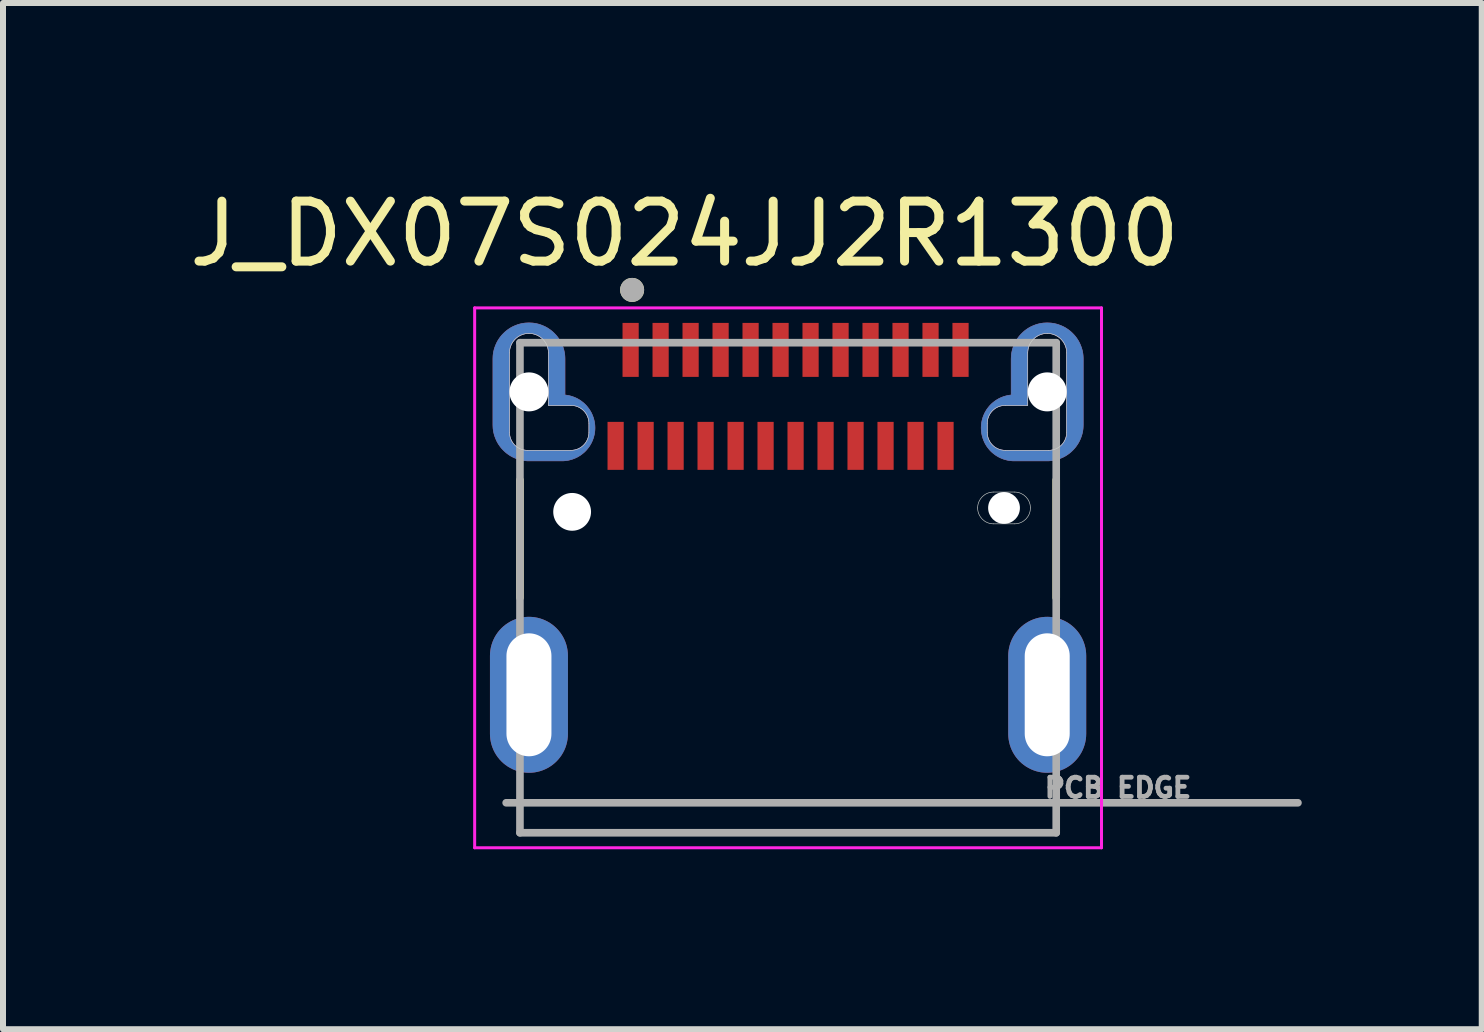
<source format=kicad_pcb>
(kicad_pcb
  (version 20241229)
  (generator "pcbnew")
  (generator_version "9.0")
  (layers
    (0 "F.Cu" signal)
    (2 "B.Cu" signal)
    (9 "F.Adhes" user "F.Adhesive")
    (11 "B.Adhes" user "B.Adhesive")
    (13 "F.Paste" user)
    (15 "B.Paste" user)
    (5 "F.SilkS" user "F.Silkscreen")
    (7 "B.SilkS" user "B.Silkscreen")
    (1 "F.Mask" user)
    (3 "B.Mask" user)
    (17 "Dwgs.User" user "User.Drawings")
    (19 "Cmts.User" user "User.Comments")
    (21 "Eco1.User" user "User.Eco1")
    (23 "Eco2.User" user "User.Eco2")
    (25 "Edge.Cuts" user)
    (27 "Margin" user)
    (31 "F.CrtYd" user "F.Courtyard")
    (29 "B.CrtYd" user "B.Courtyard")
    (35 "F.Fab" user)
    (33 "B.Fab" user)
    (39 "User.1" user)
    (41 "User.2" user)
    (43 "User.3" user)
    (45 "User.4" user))
  (footprint "J_DX07S024JJ2R1300"
    (layer "F.Cu")
    (at 10.088 5.483)
    (property "Reference" "J_DX07S024JJ2R1300" (at -1.725 -4.635 0) (layer "F.SilkS") (effects (font (size 1 1) (thickness 0.15))))
    (attr smd)
    (fp_poly (pts (xy -4.22 -3.25) (xy -4.42 -3.25) (xy -4.451 -3.249) (xy -4.483 -3.247) (xy -4.514 -3.243) (xy -4.545 -3.237) (xy -4.575 -3.23) (xy -4.605 -3.221) (xy -4.635 -3.21) (xy -4.664 -3.198) (xy -4.692 -3.185) (xy -4.72 -3.17) (xy -4.747 -3.153) (xy -4.773 -3.135) (xy -4.798 -3.116) (xy -4.821 -3.096) (xy -4.844 -3.074) (xy -4.866 -3.051) (xy -4.886 -3.028) (xy -4.905 -3.003) (xy -4.923 -2.977) (xy -4.94 -2.95) (xy -4.955 -2.922) (xy -4.968 -2.894) (xy -4.98 -2.865) (xy -4.991 -2.835) (xy -5 -2.805) (xy -5.007 -2.775) (xy -5.013 -2.744) (xy -5.017 -2.713) (xy -5.019 -2.681) (xy -5.02 -2.65) (xy -5.02 -1.35) (xy -5.019 -1.319) (xy -5.017 -1.287) (xy -5.013 -1.256) (xy -5.007 -1.225) (xy -5 -1.195) (xy -4.991 -1.165) (xy -4.98 -1.135) (xy -4.968 -1.106) (xy -4.955 -1.078) (xy -4.94 -1.05) (xy -4.923 -1.023) (xy -4.905 -0.997) (xy -4.886 -0.972) (xy -4.866 -0.949) (xy -4.844 -0.926) (xy -4.821 -0.904) (xy -4.798 -0.884) (xy -4.773 -0.865) (xy -4.747 -0.847) (xy -4.72 -0.83) (xy -4.692 -0.815) (xy -4.664 -0.802) (xy -4.635 -0.79) (xy -4.605 -0.779) (xy -4.575 -0.77) (xy -4.545 -0.763) (xy -4.514 -0.757) (xy -4.483 -0.753) (xy -4.451 -0.751) (xy -4.42 -0.75) (xy -3.67 -0.75) (xy -3.641 -0.751) (xy -3.613 -0.753) (xy -3.584 -0.757) (xy -3.556 -0.762) (xy -3.528 -0.769) (xy -3.5 -0.777) (xy -3.473 -0.787) (xy -3.446 -0.798) (xy -3.42 -0.81) (xy -3.395 -0.824) (xy -3.37 -0.839) (xy -3.347 -0.855) (xy -3.324 -0.873) (xy -3.302 -0.891) (xy -3.281 -0.911) (xy -3.261 -0.932) (xy -3.243 -0.954) (xy -3.225 -0.977) (xy -3.209 -1) (xy -3.194 -1.025) (xy -3.18 -1.05) (xy -3.168 -1.076) (xy -3.157 -1.103) (xy -3.147 -1.13) (xy -3.139 -1.158) (xy -3.132 -1.186) (xy -3.127 -1.214) (xy -3.123 -1.243) (xy -3.121 -1.271) (xy -3.12 -1.3) (xy -3.12 -1.45) (xy -3.121 -1.481) (xy -3.123 -1.513) (xy -3.127 -1.544) (xy -3.133 -1.575) (xy -3.14 -1.605) (xy -3.149 -1.635) (xy -3.16 -1.665) (xy -3.172 -1.694) (xy -3.185 -1.722) (xy -3.2 -1.75) (xy -3.217 -1.777) (xy -3.235 -1.803) (xy -3.254 -1.828) (xy -3.274 -1.851) (xy -3.296 -1.874) (xy -3.319 -1.896) (xy -3.342 -1.916) (xy -3.367 -1.935) (xy -3.393 -1.953) (xy -3.42 -1.97) (xy -3.448 -1.985) (xy -3.476 -1.998) (xy -3.505 -2.01) (xy -3.535 -2.021) (xy -3.565 -2.03) (xy -3.595 -2.037) (xy -3.626 -2.043) (xy -3.657 -2.047) (xy -3.689 -2.049) (xy -3.72 -2.05) (xy -3.62 -2.05) (xy -3.62 -2.65) (xy -3.621 -2.681) (xy -3.623 -2.713) (xy -3.627 -2.744) (xy -3.633 -2.775) (xy -3.64 -2.805) (xy -3.649 -2.835) (xy -3.66 -2.865) (xy -3.672 -2.894) (xy -3.685 -2.922) (xy -3.7 -2.95) (xy -3.717 -2.977) (xy -3.735 -3.003) (xy -3.754 -3.028) (xy -3.774 -3.051) (xy -3.796 -3.074) (xy -3.819 -3.096) (xy -3.842 -3.116) (xy -3.867 -3.135) (xy -3.893 -3.153) (xy -3.92 -3.17) (xy -3.948 -3.185) (xy -3.976 -3.198) (xy -4.005 -3.21) (xy -4.035 -3.221) (xy -4.065 -3.23) (xy -4.095 -3.237) (xy -4.126 -3.243) (xy -4.157 -3.247) (xy -4.189 -3.249) (xy -4.22 -3.25)) (stroke (width 0.01) (type solid)) (fill yes) (layer "F.Mask"))
    (fp_poly (pts (xy 4.22 -3.25) (xy 4.42 -3.25) (xy 4.451 -3.249) (xy 4.483 -3.247) (xy 4.514 -3.243) (xy 4.545 -3.237) (xy 4.575 -3.23) (xy 4.605 -3.221) (xy 4.635 -3.21) (xy 4.664 -3.198) (xy 4.692 -3.185) (xy 4.72 -3.17) (xy 4.747 -3.153) (xy 4.773 -3.135) (xy 4.798 -3.116) (xy 4.821 -3.096) (xy 4.844 -3.074) (xy 4.866 -3.051) (xy 4.886 -3.028) (xy 4.905 -3.003) (xy 4.923 -2.977) (xy 4.94 -2.95) (xy 4.955 -2.922) (xy 4.968 -2.894) (xy 4.98 -2.865) (xy 4.991 -2.835) (xy 5 -2.805) (xy 5.007 -2.775) (xy 5.013 -2.744) (xy 5.017 -2.713) (xy 5.019 -2.681) (xy 5.02 -2.65) (xy 5.02 -1.35) (xy 5.019 -1.319) (xy 5.017 -1.287) (xy 5.013 -1.256) (xy 5.007 -1.225) (xy 5 -1.195) (xy 4.991 -1.165) (xy 4.98 -1.135) (xy 4.968 -1.106) (xy 4.955 -1.078) (xy 4.94 -1.05) (xy 4.923 -1.023) (xy 4.905 -0.997) (xy 4.886 -0.972) (xy 4.866 -0.949) (xy 4.844 -0.926) (xy 4.821 -0.904) (xy 4.798 -0.884) (xy 4.773 -0.865) (xy 4.747 -0.847) (xy 4.72 -0.83) (xy 4.692 -0.815) (xy 4.664 -0.802) (xy 4.635 -0.79) (xy 4.605 -0.779) (xy 4.575 -0.77) (xy 4.545 -0.763) (xy 4.514 -0.757) (xy 4.483 -0.753) (xy 4.451 -0.751) (xy 4.42 -0.75) (xy 3.67 -0.75) (xy 3.641 -0.751) (xy 3.613 -0.753) (xy 3.584 -0.757) (xy 3.556 -0.762) (xy 3.528 -0.769) (xy 3.5 -0.777) (xy 3.473 -0.787) (xy 3.446 -0.798) (xy 3.42 -0.81) (xy 3.395 -0.824) (xy 3.37 -0.839) (xy 3.347 -0.855) (xy 3.324 -0.873) (xy 3.302 -0.891) (xy 3.281 -0.911) (xy 3.261 -0.932) (xy 3.243 -0.954) (xy 3.225 -0.977) (xy 3.209 -1) (xy 3.194 -1.025) (xy 3.18 -1.05) (xy 3.168 -1.076) (xy 3.157 -1.103) (xy 3.147 -1.13) (xy 3.139 -1.158) (xy 3.132 -1.186) (xy 3.127 -1.214) (xy 3.123 -1.243) (xy 3.121 -1.271) (xy 3.12 -1.3) (xy 3.12 -1.45) (xy 3.121 -1.481) (xy 3.123 -1.513) (xy 3.127 -1.544) (xy 3.133 -1.575) (xy 3.14 -1.605) (xy 3.149 -1.635) (xy 3.16 -1.665) (xy 3.172 -1.694) (xy 3.185 -1.722) (xy 3.2 -1.75) (xy 3.217 -1.777) (xy 3.235 -1.803) (xy 3.254 -1.828) (xy 3.274 -1.851) (xy 3.296 -1.874) (xy 3.319 -1.896) (xy 3.342 -1.916) (xy 3.367 -1.935) (xy 3.393 -1.953) (xy 3.42 -1.97) (xy 3.448 -1.985) (xy 3.476 -1.998) (xy 3.505 -2.01) (xy 3.535 -2.021) (xy 3.565 -2.03) (xy 3.595 -2.037) (xy 3.626 -2.043) (xy 3.657 -2.047) (xy 3.689 -2.049) (xy 3.72 -2.05) (xy 3.62 -2.05) (xy 3.62 -2.65) (xy 3.621 -2.681) (xy 3.623 -2.713) (xy 3.627 -2.744) (xy 3.633 -2.775) (xy 3.64 -2.805) (xy 3.649 -2.835) (xy 3.66 -2.865) (xy 3.672 -2.894) (xy 3.685 -2.922) (xy 3.7 -2.95) (xy 3.717 -2.977) (xy 3.735 -3.003) (xy 3.754 -3.028) (xy 3.774 -3.051) (xy 3.796 -3.074) (xy 3.819 -3.096) (xy 3.842 -3.116) (xy 3.867 -3.135) (xy 3.893 -3.153) (xy 3.92 -3.17) (xy 3.948 -3.185) (xy 3.976 -3.198) (xy 4.005 -3.21) (xy 4.035 -3.221) (xy 4.065 -3.23) (xy 4.095 -3.237) (xy 4.126 -3.243) (xy 4.157 -3.247) (xy 4.189 -3.249) (xy 4.22 -3.25)) (stroke (width 0.01) (type solid)) (fill yes) (layer "F.Mask"))
    (fp_poly (pts (xy -4.32 -3.15) (xy -4.351 -3.149) (xy -4.383 -3.147) (xy -4.414 -3.143) (xy -4.445 -3.137) (xy -4.475 -3.13) (xy -4.505 -3.121) (xy -4.535 -3.11) (xy -4.564 -3.098) (xy -4.592 -3.085) (xy -4.62 -3.07) (xy -4.647 -3.053) (xy -4.673 -3.035) (xy -4.698 -3.016) (xy -4.721 -2.996) (xy -4.744 -2.974) (xy -4.766 -2.951) (xy -4.786 -2.928) (xy -4.805 -2.903) (xy -4.823 -2.877) (xy -4.84 -2.85) (xy -4.855 -2.822) (xy -4.868 -2.794) (xy -4.88 -2.765) (xy -4.891 -2.735) (xy -4.9 -2.705) (xy -4.907 -2.675) (xy -4.913 -2.644) (xy -4.917 -2.613) (xy -4.919 -2.581) (xy -4.92 -2.55) (xy -4.92 -1.45) (xy -4.919 -1.419) (xy -4.917 -1.387) (xy -4.913 -1.356) (xy -4.907 -1.325) (xy -4.9 -1.295) (xy -4.891 -1.265) (xy -4.88 -1.235) (xy -4.868 -1.206) (xy -4.855 -1.178) (xy -4.84 -1.15) (xy -4.823 -1.123) (xy -4.805 -1.097) (xy -4.786 -1.072) (xy -4.766 -1.049) (xy -4.744 -1.026) (xy -4.721 -1.004) (xy -4.698 -0.984) (xy -4.673 -0.965) (xy -4.647 -0.947) (xy -4.62 -0.93) (xy -4.592 -0.915) (xy -4.564 -0.902) (xy -4.535 -0.89) (xy -4.505 -0.879) (xy -4.475 -0.87) (xy -4.445 -0.863) (xy -4.414 -0.857) (xy -4.383 -0.853) (xy -4.351 -0.851) (xy -4.32 -0.85) (xy -3.77 -0.85) (xy -3.741 -0.851) (xy -3.713 -0.853) (xy -3.684 -0.857) (xy -3.656 -0.862) (xy -3.628 -0.869) (xy -3.6 -0.877) (xy -3.573 -0.887) (xy -3.546 -0.898) (xy -3.52 -0.91) (xy -3.495 -0.924) (xy -3.47 -0.939) (xy -3.447 -0.955) (xy -3.424 -0.973) (xy -3.402 -0.991) (xy -3.381 -1.011) (xy -3.361 -1.032) (xy -3.343 -1.054) (xy -3.325 -1.077) (xy -3.309 -1.1) (xy -3.294 -1.125) (xy -3.28 -1.15) (xy -3.268 -1.176) (xy -3.257 -1.203) (xy -3.247 -1.23) (xy -3.239 -1.258) (xy -3.232 -1.286) (xy -3.227 -1.314) (xy -3.223 -1.343) (xy -3.221 -1.371) (xy -3.22 -1.4) (xy -3.221 -1.429) (xy -3.223 -1.457) (xy -3.227 -1.486) (xy -3.232 -1.514) (xy -3.239 -1.542) (xy -3.247 -1.57) (xy -3.257 -1.597) (xy -3.268 -1.624) (xy -3.28 -1.65) (xy -3.294 -1.675) (xy -3.309 -1.7) (xy -3.325 -1.723) (xy -3.343 -1.746) (xy -3.361 -1.768) (xy -3.381 -1.789) (xy -3.402 -1.809) (xy -3.424 -1.827) (xy -3.447 -1.845) (xy -3.47 -1.861) (xy -3.495 -1.876) (xy -3.52 -1.89) (xy -3.546 -1.902) (xy -3.573 -1.913) (xy -3.6 -1.923) (xy -3.628 -1.931) (xy -3.656 -1.938) (xy -3.684 -1.943) (xy -3.713 -1.947) (xy -3.741 -1.949) (xy -3.77 -1.95) (xy -3.995 -1.95) (xy -3.995 -1.775) (xy -3.62 -1.775) (xy -3.604 -1.775) (xy -3.589 -1.773) (xy -3.573 -1.771) (xy -3.558 -1.768) (xy -3.542 -1.765) (xy -3.527 -1.76) (xy -3.512 -1.755) (xy -3.498 -1.749) (xy -3.484 -1.742) (xy -3.47 -1.735) (xy -3.457 -1.727) (xy -3.444 -1.718) (xy -3.431 -1.708) (xy -3.419 -1.698) (xy -3.408 -1.687) (xy -3.397 -1.676) (xy -3.387 -1.664) (xy -3.377 -1.651) (xy -3.368 -1.638) (xy -3.36 -1.625) (xy -3.353 -1.611) (xy -3.346 -1.597) (xy -3.34 -1.583) (xy -3.335 -1.568) (xy -3.33 -1.553) (xy -3.327 -1.537) (xy -3.324 -1.522) (xy -3.322 -1.506) (xy -3.32 -1.491) (xy -3.32 -1.475) (xy -3.32 -1.325) (xy -3.32 -1.309) (xy -3.322 -1.294) (xy -3.324 -1.278) (xy -3.327 -1.263) (xy -3.33 -1.247) (xy -3.335 -1.232) (xy -3.34 -1.217) (xy -3.346 -1.203) (xy -3.353 -1.189) (xy -3.36 -1.175) (xy -3.368 -1.162) (xy -3.377 -1.149) (xy -3.387 -1.136) (xy -3.397 -1.124) (xy -3.408 -1.113) (xy -3.419 -1.102) (xy -3.431 -1.092) (xy -3.444 -1.082) (xy -3.457 -1.073) (xy -3.47 -1.065) (xy -3.484 -1.058) (xy -3.498 -1.051) (xy -3.512 -1.045) (xy -3.527 -1.04) (xy -3.542 -1.035) (xy -3.558 -1.032) (xy -3.573 -1.029) (xy -3.589 -1.027) (xy -3.604 -1.025) (xy -3.62 -1.025) (xy -4.345 -1.025) (xy -4.361 -1.025) (xy -4.376 -1.027) (xy -4.392 -1.029) (xy -4.407 -1.032) (xy -4.423 -1.035) (xy -4.438 -1.04) (xy -4.453 -1.045) (xy -4.467 -1.051) (xy -4.481 -1.058) (xy -4.495 -1.065) (xy -4.508 -1.073) (xy -4.521 -1.082) (xy -4.534 -1.092) (xy -4.546 -1.102) (xy -4.557 -1.113) (xy -4.568 -1.124) (xy -4.578 -1.136) (xy -4.588 -1.149) (xy -4.597 -1.162) (xy -4.605 -1.175) (xy -4.612 -1.189) (xy -4.619 -1.203) (xy -4.625 -1.217) (xy -4.63 -1.232) (xy -4.635 -1.247) (xy -4.638 -1.263) (xy -4.641 -1.278) (xy -4.643 -1.294) (xy -4.645 -1.309) (xy -4.645 -1.325) (xy -4.645 -2.65) (xy -4.645 -2.667) (xy -4.643 -2.684) (xy -4.641 -2.701) (xy -4.638 -2.718) (xy -4.634 -2.734) (xy -4.629 -2.75) (xy -4.623 -2.766) (xy -4.617 -2.782) (xy -4.61 -2.798) (xy -4.601 -2.813) (xy -4.593 -2.827) (xy -4.583 -2.841) (xy -4.573 -2.855) (xy -4.562 -2.867) (xy -4.55 -2.88) (xy -4.537 -2.892) (xy -4.525 -2.903) (xy -4.511 -2.913) (xy -4.497 -2.923) (xy -4.482 -2.931) (xy -4.468 -2.94) (xy -4.452 -2.947) (xy -4.436 -2.953) (xy -4.42 -2.959) (xy -4.404 -2.964) (xy -4.388 -2.968) (xy -4.371 -2.971) (xy -4.354 -2.973) (xy -4.337 -2.975) (xy -4.32 -2.975) (xy -4.303 -2.975) (xy -4.286 -2.973) (xy -4.269 -2.971) (xy -4.252 -2.968) (xy -4.236 -2.964) (xy -4.22 -2.959) (xy -4.204 -2.953) (xy -4.188 -2.947) (xy -4.172 -2.94) (xy -4.158 -2.931) (xy -4.143 -2.923) (xy -4.129 -2.913) (xy -4.115 -2.903) (xy -4.103 -2.892) (xy -4.09 -2.88) (xy -4.078 -2.867) (xy -4.067 -2.855) (xy -4.057 -2.841) (xy -4.047 -2.827) (xy -4.039 -2.813) (xy -4.03 -2.798) (xy -4.023 -2.782) (xy -4.017 -2.766) (xy -4.011 -2.75) (xy -4.006 -2.734) (xy -4.002 -2.718) (xy -3.999 -2.701) (xy -3.997 -2.684) (xy -3.995 -2.667) (xy -3.995 -2.65) (xy -3.995 -1.95) (xy -3.72 -1.95) (xy -3.72 -2.55) (xy -3.721 -2.581) (xy -3.723 -2.613) (xy -3.727 -2.644) (xy -3.733 -2.675) (xy -3.74 -2.705) (xy -3.749 -2.735) (xy -3.76 -2.765) (xy -3.772 -2.794) (xy -3.785 -2.822) (xy -3.8 -2.85) (xy -3.817 -2.877) (xy -3.835 -2.903) (xy -3.854 -2.928) (xy -3.874 -2.951) (xy -3.896 -2.974) (xy -3.919 -2.996) (xy -3.942 -3.016) (xy -3.967 -3.035) (xy -3.993 -3.053) (xy -4.02 -3.07) (xy -4.048 -3.085) (xy -4.076 -3.098) (xy -4.105 -3.11) (xy -4.135 -3.121) (xy -4.165 -3.13) (xy -4.195 -3.137) (xy -4.226 -3.143) (xy -4.257 -3.147) (xy -4.289 -3.149) (xy -4.32 -3.15)) (stroke (width 0.01) (type solid)) (fill yes) (layer "B.Cu"))
    (fp_poly (pts (xy 4.32 -3.15) (xy 4.351 -3.149) (xy 4.383 -3.147) (xy 4.414 -3.143) (xy 4.445 -3.137) (xy 4.475 -3.13) (xy 4.505 -3.121) (xy 4.535 -3.11) (xy 4.564 -3.098) (xy 4.592 -3.085) (xy 4.62 -3.07) (xy 4.647 -3.053) (xy 4.673 -3.035) (xy 4.698 -3.016) (xy 4.721 -2.996) (xy 4.744 -2.974) (xy 4.766 -2.951) (xy 4.786 -2.928) (xy 4.805 -2.903) (xy 4.823 -2.877) (xy 4.84 -2.85) (xy 4.855 -2.822) (xy 4.868 -2.794) (xy 4.88 -2.765) (xy 4.891 -2.735) (xy 4.9 -2.705) (xy 4.907 -2.675) (xy 4.913 -2.644) (xy 4.917 -2.613) (xy 4.919 -2.581) (xy 4.92 -2.55) (xy 4.92 -1.45) (xy 4.919 -1.419) (xy 4.917 -1.387) (xy 4.913 -1.356) (xy 4.907 -1.325) (xy 4.9 -1.295) (xy 4.891 -1.265) (xy 4.88 -1.235) (xy 4.868 -1.206) (xy 4.855 -1.178) (xy 4.84 -1.15) (xy 4.823 -1.123) (xy 4.805 -1.097) (xy 4.786 -1.072) (xy 4.766 -1.049) (xy 4.744 -1.026) (xy 4.721 -1.004) (xy 4.698 -0.984) (xy 4.673 -0.965) (xy 4.647 -0.947) (xy 4.62 -0.93) (xy 4.592 -0.915) (xy 4.564 -0.902) (xy 4.535 -0.89) (xy 4.505 -0.879) (xy 4.475 -0.87) (xy 4.445 -0.863) (xy 4.414 -0.857) (xy 4.383 -0.853) (xy 4.351 -0.851) (xy 4.32 -0.85) (xy 3.77 -0.85) (xy 3.741 -0.851) (xy 3.713 -0.853) (xy 3.684 -0.857) (xy 3.656 -0.862) (xy 3.628 -0.869) (xy 3.6 -0.877) (xy 3.573 -0.887) (xy 3.546 -0.898) (xy 3.52 -0.91) (xy 3.495 -0.924) (xy 3.47 -0.939) (xy 3.447 -0.955) (xy 3.424 -0.973) (xy 3.402 -0.991) (xy 3.381 -1.011) (xy 3.361 -1.032) (xy 3.343 -1.054) (xy 3.325 -1.077) (xy 3.309 -1.1) (xy 3.294 -1.125) (xy 3.28 -1.15) (xy 3.268 -1.176) (xy 3.257 -1.203) (xy 3.247 -1.23) (xy 3.239 -1.258) (xy 3.232 -1.286) (xy 3.227 -1.314) (xy 3.223 -1.343) (xy 3.221 -1.371) (xy 3.22 -1.4) (xy 3.221 -1.429) (xy 3.223 -1.457) (xy 3.227 -1.486) (xy 3.232 -1.514) (xy 3.239 -1.542) (xy 3.247 -1.57) (xy 3.257 -1.597) (xy 3.268 -1.624) (xy 3.28 -1.65) (xy 3.294 -1.675) (xy 3.309 -1.7) (xy 3.325 -1.723) (xy 3.343 -1.746) (xy 3.361 -1.768) (xy 3.381 -1.789) (xy 3.402 -1.809) (xy 3.424 -1.827) (xy 3.447 -1.845) (xy 3.47 -1.861) (xy 3.495 -1.876) (xy 3.52 -1.89) (xy 3.546 -1.902) (xy 3.573 -1.913) (xy 3.6 -1.923) (xy 3.628 -1.931) (xy 3.656 -1.938) (xy 3.684 -1.943) (xy 3.713 -1.947) (xy 3.741 -1.949) (xy 3.77 -1.95) (xy 3.995 -1.95) (xy 3.995 -1.775) (xy 3.62 -1.775) (xy 3.604 -1.775) (xy 3.589 -1.773) (xy 3.573 -1.771) (xy 3.558 -1.768) (xy 3.542 -1.765) (xy 3.527 -1.76) (xy 3.512 -1.755) (xy 3.498 -1.749) (xy 3.484 -1.742) (xy 3.47 -1.735) (xy 3.457 -1.727) (xy 3.444 -1.718) (xy 3.431 -1.708) (xy 3.419 -1.698) (xy 3.408 -1.687) (xy 3.397 -1.676) (xy 3.387 -1.664) (xy 3.377 -1.651) (xy 3.368 -1.638) (xy 3.36 -1.625) (xy 3.353 -1.611) (xy 3.346 -1.597) (xy 3.34 -1.583) (xy 3.335 -1.568) (xy 3.33 -1.553) (xy 3.327 -1.537) (xy 3.324 -1.522) (xy 3.322 -1.506) (xy 3.32 -1.491) (xy 3.32 -1.475) (xy 3.32 -1.325) (xy 3.32 -1.309) (xy 3.322 -1.294) (xy 3.324 -1.278) (xy 3.327 -1.263) (xy 3.33 -1.247) (xy 3.335 -1.232) (xy 3.34 -1.217) (xy 3.346 -1.203) (xy 3.353 -1.189) (xy 3.36 -1.175) (xy 3.368 -1.162) (xy 3.377 -1.149) (xy 3.387 -1.136) (xy 3.397 -1.124) (xy 3.408 -1.113) (xy 3.419 -1.102) (xy 3.431 -1.092) (xy 3.444 -1.082) (xy 3.457 -1.073) (xy 3.47 -1.065) (xy 3.484 -1.058) (xy 3.498 -1.051) (xy 3.512 -1.045) (xy 3.527 -1.04) (xy 3.542 -1.035) (xy 3.558 -1.032) (xy 3.573 -1.029) (xy 3.589 -1.027) (xy 3.604 -1.025) (xy 3.62 -1.025) (xy 4.345 -1.025) (xy 4.361 -1.025) (xy 4.376 -1.027) (xy 4.392 -1.029) (xy 4.407 -1.032) (xy 4.423 -1.035) (xy 4.438 -1.04) (xy 4.453 -1.045) (xy 4.467 -1.051) (xy 4.481 -1.058) (xy 4.495 -1.065) (xy 4.508 -1.073) (xy 4.521 -1.082) (xy 4.534 -1.092) (xy 4.546 -1.102) (xy 4.557 -1.113) (xy 4.568 -1.124) (xy 4.578 -1.136) (xy 4.588 -1.149) (xy 4.597 -1.162) (xy 4.605 -1.175) (xy 4.612 -1.189) (xy 4.619 -1.203) (xy 4.625 -1.217) (xy 4.63 -1.232) (xy 4.635 -1.247) (xy 4.638 -1.263) (xy 4.641 -1.278) (xy 4.643 -1.294) (xy 4.645 -1.309) (xy 4.645 -1.325) (xy 4.645 -2.65) (xy 4.645 -2.667) (xy 4.643 -2.684) (xy 4.641 -2.701) (xy 4.638 -2.718) (xy 4.634 -2.734) (xy 4.629 -2.75) (xy 4.623 -2.766) (xy 4.617 -2.782) (xy 4.61 -2.798) (xy 4.601 -2.813) (xy 4.593 -2.827) (xy 4.583 -2.841) (xy 4.573 -2.855) (xy 4.562 -2.867) (xy 4.55 -2.88) (xy 4.537 -2.892) (xy 4.525 -2.903) (xy 4.511 -2.913) (xy 4.497 -2.923) (xy 4.482 -2.931) (xy 4.468 -2.94) (xy 4.452 -2.947) (xy 4.436 -2.953) (xy 4.42 -2.959) (xy 4.404 -2.964) (xy 4.388 -2.968) (xy 4.371 -2.971) (xy 4.354 -2.973) (xy 4.337 -2.975) (xy 4.32 -2.975) (xy 4.303 -2.975) (xy 4.286 -2.973) (xy 4.269 -2.971) (xy 4.252 -2.968) (xy 4.236 -2.964) (xy 4.22 -2.959) (xy 4.204 -2.953) (xy 4.188 -2.947) (xy 4.172 -2.94) (xy 4.158 -2.931) (xy 4.143 -2.923) (xy 4.129 -2.913) (xy 4.115 -2.903) (xy 4.103 -2.892) (xy 4.09 -2.88) (xy 4.078 -2.867) (xy 4.067 -2.855) (xy 4.057 -2.841) (xy 4.047 -2.827) (xy 4.039 -2.813) (xy 4.03 -2.798) (xy 4.023 -2.782) (xy 4.017 -2.766) (xy 4.011 -2.75) (xy 4.006 -2.734) (xy 4.002 -2.718) (xy 3.999 -2.701) (xy 3.997 -2.684) (xy 3.995 -2.667) (xy 3.995 -2.65) (xy 3.995 -1.95) (xy 3.72 -1.95) (xy 3.72 -2.55) (xy 3.721 -2.581) (xy 3.723 -2.613) (xy 3.727 -2.644) (xy 3.733 -2.675) (xy 3.74 -2.705) (xy 3.749 -2.735) (xy 3.76 -2.765) (xy 3.772 -2.794) (xy 3.785 -2.822) (xy 3.8 -2.85) (xy 3.817 -2.877) (xy 3.835 -2.903) (xy 3.854 -2.928) (xy 3.874 -2.951) (xy 3.896 -2.974) (xy 3.919 -2.996) (xy 3.942 -3.016) (xy 3.967 -3.035) (xy 3.993 -3.053) (xy 4.02 -3.07) (xy 4.048 -3.085) (xy 4.076 -3.098) (xy 4.105 -3.11) (xy 4.135 -3.121) (xy 4.165 -3.13) (xy 4.195 -3.137) (xy 4.226 -3.143) (xy 4.257 -3.147) (xy 4.289 -3.149) (xy 4.32 -3.15)) (stroke (width 0.01) (type solid)) (fill yes) (layer "B.Cu"))
    (fp_poly (pts (xy -4.22 -3.25) (xy -4.42 -3.25) (xy -4.451 -3.249) (xy -4.483 -3.247) (xy -4.514 -3.243) (xy -4.545 -3.237) (xy -4.575 -3.23) (xy -4.605 -3.221) (xy -4.635 -3.21) (xy -4.664 -3.198) (xy -4.692 -3.185) (xy -4.72 -3.17) (xy -4.747 -3.153) (xy -4.773 -3.135) (xy -4.798 -3.116) (xy -4.821 -3.096) (xy -4.844 -3.074) (xy -4.866 -3.051) (xy -4.886 -3.028) (xy -4.905 -3.003) (xy -4.923 -2.977) (xy -4.94 -2.95) (xy -4.955 -2.922) (xy -4.968 -2.894) (xy -4.98 -2.865) (xy -4.991 -2.835) (xy -5 -2.805) (xy -5.007 -2.775) (xy -5.013 -2.744) (xy -5.017 -2.713) (xy -5.019 -2.681) (xy -5.02 -2.65) (xy -5.02 -1.35) (xy -5.019 -1.319) (xy -5.017 -1.287) (xy -5.013 -1.256) (xy -5.007 -1.225) (xy -5 -1.195) (xy -4.991 -1.165) (xy -4.98 -1.135) (xy -4.968 -1.106) (xy -4.955 -1.078) (xy -4.94 -1.05) (xy -4.923 -1.023) (xy -4.905 -0.997) (xy -4.886 -0.972) (xy -4.866 -0.949) (xy -4.844 -0.926) (xy -4.821 -0.904) (xy -4.798 -0.884) (xy -4.773 -0.865) (xy -4.747 -0.847) (xy -4.72 -0.83) (xy -4.692 -0.815) (xy -4.664 -0.802) (xy -4.635 -0.79) (xy -4.605 -0.779) (xy -4.575 -0.77) (xy -4.545 -0.763) (xy -4.514 -0.757) (xy -4.483 -0.753) (xy -4.451 -0.751) (xy -4.42 -0.75) (xy -3.67 -0.75) (xy -3.641 -0.751) (xy -3.613 -0.753) (xy -3.584 -0.757) (xy -3.556 -0.762) (xy -3.528 -0.769) (xy -3.5 -0.777) (xy -3.473 -0.787) (xy -3.446 -0.798) (xy -3.42 -0.81) (xy -3.395 -0.824) (xy -3.37 -0.839) (xy -3.347 -0.855) (xy -3.324 -0.873) (xy -3.302 -0.891) (xy -3.281 -0.911) (xy -3.261 -0.932) (xy -3.243 -0.954) (xy -3.225 -0.977) (xy -3.209 -1) (xy -3.194 -1.025) (xy -3.18 -1.05) (xy -3.168 -1.076) (xy -3.157 -1.103) (xy -3.147 -1.13) (xy -3.139 -1.158) (xy -3.132 -1.186) (xy -3.127 -1.214) (xy -3.123 -1.243) (xy -3.121 -1.271) (xy -3.12 -1.3) (xy -3.12 -1.45) (xy -3.121 -1.481) (xy -3.123 -1.513) (xy -3.127 -1.544) (xy -3.133 -1.575) (xy -3.14 -1.605) (xy -3.149 -1.635) (xy -3.16 -1.665) (xy -3.172 -1.694) (xy -3.185 -1.722) (xy -3.2 -1.75) (xy -3.217 -1.777) (xy -3.235 -1.803) (xy -3.254 -1.828) (xy -3.274 -1.851) (xy -3.296 -1.874) (xy -3.319 -1.896) (xy -3.342 -1.916) (xy -3.367 -1.935) (xy -3.393 -1.953) (xy -3.42 -1.97) (xy -3.448 -1.985) (xy -3.476 -1.998) (xy -3.505 -2.01) (xy -3.535 -2.021) (xy -3.565 -2.03) (xy -3.595 -2.037) (xy -3.626 -2.043) (xy -3.657 -2.047) (xy -3.689 -2.049) (xy -3.72 -2.05) (xy -3.62 -2.05) (xy -3.62 -2.65) (xy -3.621 -2.681) (xy -3.623 -2.713) (xy -3.627 -2.744) (xy -3.633 -2.775) (xy -3.64 -2.805) (xy -3.649 -2.835) (xy -3.66 -2.865) (xy -3.672 -2.894) (xy -3.685 -2.922) (xy -3.7 -2.95) (xy -3.717 -2.977) (xy -3.735 -3.003) (xy -3.754 -3.028) (xy -3.774 -3.051) (xy -3.796 -3.074) (xy -3.819 -3.096) (xy -3.842 -3.116) (xy -3.867 -3.135) (xy -3.893 -3.153) (xy -3.92 -3.17) (xy -3.948 -3.185) (xy -3.976 -3.198) (xy -4.005 -3.21) (xy -4.035 -3.221) (xy -4.065 -3.23) (xy -4.095 -3.237) (xy -4.126 -3.243) (xy -4.157 -3.247) (xy -4.189 -3.249) (xy -4.22 -3.25)) (stroke (width 0.01) (type solid)) (fill yes) (layer "B.Mask"))
    (fp_poly (pts (xy 4.22 -3.25) (xy 4.42 -3.25) (xy 4.451 -3.249) (xy 4.483 -3.247) (xy 4.514 -3.243) (xy 4.545 -3.237) (xy 4.575 -3.23) (xy 4.605 -3.221) (xy 4.635 -3.21) (xy 4.664 -3.198) (xy 4.692 -3.185) (xy 4.72 -3.17) (xy 4.747 -3.153) (xy 4.773 -3.135) (xy 4.798 -3.116) (xy 4.821 -3.096) (xy 4.844 -3.074) (xy 4.866 -3.051) (xy 4.886 -3.028) (xy 4.905 -3.003) (xy 4.923 -2.977) (xy 4.94 -2.95) (xy 4.955 -2.922) (xy 4.968 -2.894) (xy 4.98 -2.865) (xy 4.991 -2.835) (xy 5 -2.805) (xy 5.007 -2.775) (xy 5.013 -2.744) (xy 5.017 -2.713) (xy 5.019 -2.681) (xy 5.02 -2.65) (xy 5.02 -1.35) (xy 5.019 -1.319) (xy 5.017 -1.287) (xy 5.013 -1.256) (xy 5.007 -1.225) (xy 5 -1.195) (xy 4.991 -1.165) (xy 4.98 -1.135) (xy 4.968 -1.106) (xy 4.955 -1.078) (xy 4.94 -1.05) (xy 4.923 -1.023) (xy 4.905 -0.997) (xy 4.886 -0.972) (xy 4.866 -0.949) (xy 4.844 -0.926) (xy 4.821 -0.904) (xy 4.798 -0.884) (xy 4.773 -0.865) (xy 4.747 -0.847) (xy 4.72 -0.83) (xy 4.692 -0.815) (xy 4.664 -0.802) (xy 4.635 -0.79) (xy 4.605 -0.779) (xy 4.575 -0.77) (xy 4.545 -0.763) (xy 4.514 -0.757) (xy 4.483 -0.753) (xy 4.451 -0.751) (xy 4.42 -0.75) (xy 3.67 -0.75) (xy 3.641 -0.751) (xy 3.613 -0.753) (xy 3.584 -0.757) (xy 3.556 -0.762) (xy 3.528 -0.769) (xy 3.5 -0.777) (xy 3.473 -0.787) (xy 3.446 -0.798) (xy 3.42 -0.81) (xy 3.395 -0.824) (xy 3.37 -0.839) (xy 3.347 -0.855) (xy 3.324 -0.873) (xy 3.302 -0.891) (xy 3.281 -0.911) (xy 3.261 -0.932) (xy 3.243 -0.954) (xy 3.225 -0.977) (xy 3.209 -1) (xy 3.194 -1.025) (xy 3.18 -1.05) (xy 3.168 -1.076) (xy 3.157 -1.103) (xy 3.147 -1.13) (xy 3.139 -1.158) (xy 3.132 -1.186) (xy 3.127 -1.214) (xy 3.123 -1.243) (xy 3.121 -1.271) (xy 3.12 -1.3) (xy 3.12 -1.45) (xy 3.121 -1.481) (xy 3.123 -1.513) (xy 3.127 -1.544) (xy 3.133 -1.575) (xy 3.14 -1.605) (xy 3.149 -1.635) (xy 3.16 -1.665) (xy 3.172 -1.694) (xy 3.185 -1.722) (xy 3.2 -1.75) (xy 3.217 -1.777) (xy 3.235 -1.803) (xy 3.254 -1.828) (xy 3.274 -1.851) (xy 3.296 -1.874) (xy 3.319 -1.896) (xy 3.342 -1.916) (xy 3.367 -1.935) (xy 3.393 -1.953) (xy 3.42 -1.97) (xy 3.448 -1.985) (xy 3.476 -1.998) (xy 3.505 -2.01) (xy 3.535 -2.021) (xy 3.565 -2.03) (xy 3.595 -2.037) (xy 3.626 -2.043) (xy 3.657 -2.047) (xy 3.689 -2.049) (xy 3.72 -2.05) (xy 3.62 -2.05) (xy 3.62 -2.65) (xy 3.621 -2.681) (xy 3.623 -2.713) (xy 3.627 -2.744) (xy 3.633 -2.775) (xy 3.64 -2.805) (xy 3.649 -2.835) (xy 3.66 -2.865) (xy 3.672 -2.894) (xy 3.685 -2.922) (xy 3.7 -2.95) (xy 3.717 -2.977) (xy 3.735 -3.003) (xy 3.754 -3.028) (xy 3.774 -3.051) (xy 3.796 -3.074) (xy 3.819 -3.096) (xy 3.842 -3.116) (xy 3.867 -3.135) (xy 3.893 -3.153) (xy 3.92 -3.17) (xy 3.948 -3.185) (xy 3.976 -3.198) (xy 4.005 -3.21) (xy 4.035 -3.221) (xy 4.065 -3.23) (xy 4.095 -3.237) (xy 4.126 -3.243) (xy 4.157 -3.247) (xy 4.189 -3.249) (xy 4.22 -3.25)) (stroke (width 0.01) (type solid)) (fill yes) (layer "B.Mask"))
    (fp_line (start -4.47 -0.53) (end -4.47 1.43) (stroke (width 0.127) (type solid)) (layer "F.SilkS"))
    (fp_line (start 4.47 -0.53) (end 4.47 1.43) (stroke (width 0.127) (type solid)) (layer "F.SilkS"))
    (fp_circle (center -2.6 -3.7) (end -2.5 -3.7) (stroke (width 0.2) (type solid)) (fill no) (layer "F.SilkS"))
    (fp_poly (pts (xy -4.32 -3.15) (xy -4.351 -3.149) (xy -4.383 -3.147) (xy -4.414 -3.143) (xy -4.445 -3.137) (xy -4.475 -3.13) (xy -4.505 -3.121) (xy -4.535 -3.11) (xy -4.564 -3.098) (xy -4.592 -3.085) (xy -4.62 -3.07) (xy -4.647 -3.053) (xy -4.673 -3.035) (xy -4.698 -3.016) (xy -4.721 -2.996) (xy -4.744 -2.974) (xy -4.766 -2.951) (xy -4.786 -2.928) (xy -4.805 -2.903) (xy -4.823 -2.877) (xy -4.84 -2.85) (xy -4.855 -2.822) (xy -4.868 -2.794) (xy -4.88 -2.765) (xy -4.891 -2.735) (xy -4.9 -2.705) (xy -4.907 -2.675) (xy -4.913 -2.644) (xy -4.917 -2.613) (xy -4.919 -2.581) (xy -4.92 -2.55) (xy -4.92 -1.45) (xy -4.919 -1.419) (xy -4.917 -1.387) (xy -4.913 -1.356) (xy -4.907 -1.325) (xy -4.9 -1.295) (xy -4.891 -1.265) (xy -4.88 -1.235) (xy -4.868 -1.206) (xy -4.855 -1.178) (xy -4.84 -1.15) (xy -4.823 -1.123) (xy -4.805 -1.097) (xy -4.786 -1.072) (xy -4.766 -1.049) (xy -4.744 -1.026) (xy -4.721 -1.004) (xy -4.698 -0.984) (xy -4.673 -0.965) (xy -4.647 -0.947) (xy -4.62 -0.93) (xy -4.592 -0.915) (xy -4.564 -0.902) (xy -4.535 -0.89) (xy -4.505 -0.879) (xy -4.475 -0.87) (xy -4.445 -0.863) (xy -4.414 -0.857) (xy -4.383 -0.853) (xy -4.351 -0.851) (xy -4.32 -0.85) (xy -3.77 -0.85) (xy -3.741 -0.851) (xy -3.713 -0.853) (xy -3.684 -0.857) (xy -3.656 -0.862) (xy -3.628 -0.869) (xy -3.6 -0.877) (xy -3.573 -0.887) (xy -3.546 -0.898) (xy -3.52 -0.91) (xy -3.495 -0.924) (xy -3.47 -0.939) (xy -3.447 -0.955) (xy -3.424 -0.973) (xy -3.402 -0.991) (xy -3.381 -1.011) (xy -3.361 -1.032) (xy -3.343 -1.054) (xy -3.325 -1.077) (xy -3.309 -1.1) (xy -3.294 -1.125) (xy -3.28 -1.15) (xy -3.268 -1.176) (xy -3.257 -1.203) (xy -3.247 -1.23) (xy -3.239 -1.258) (xy -3.232 -1.286) (xy -3.227 -1.314) (xy -3.223 -1.343) (xy -3.221 -1.371) (xy -3.22 -1.4) (xy -3.221 -1.429) (xy -3.223 -1.457) (xy -3.227 -1.486) (xy -3.232 -1.514) (xy -3.239 -1.542) (xy -3.247 -1.57) (xy -3.257 -1.597) (xy -3.268 -1.624) (xy -3.28 -1.65) (xy -3.294 -1.675) (xy -3.309 -1.7) (xy -3.325 -1.723) (xy -3.343 -1.746) (xy -3.361 -1.768) (xy -3.381 -1.789) (xy -3.402 -1.809) (xy -3.424 -1.827) (xy -3.447 -1.845) (xy -3.47 -1.861) (xy -3.495 -1.876) (xy -3.52 -1.89) (xy -3.546 -1.902) (xy -3.573 -1.913) (xy -3.6 -1.923) (xy -3.628 -1.931) (xy -3.656 -1.938) (xy -3.684 -1.943) (xy -3.713 -1.947) (xy -3.741 -1.949) (xy -3.77 -1.95) (xy -3.995 -1.95) (xy -3.995 -1.775) (xy -3.62 -1.775) (xy -3.604 -1.775) (xy -3.589 -1.773) (xy -3.573 -1.771) (xy -3.558 -1.768) (xy -3.542 -1.765) (xy -3.527 -1.76) (xy -3.512 -1.755) (xy -3.498 -1.749) (xy -3.484 -1.742) (xy -3.47 -1.735) (xy -3.457 -1.727) (xy -3.444 -1.718) (xy -3.431 -1.708) (xy -3.419 -1.698) (xy -3.408 -1.687) (xy -3.397 -1.676) (xy -3.387 -1.664) (xy -3.377 -1.651) (xy -3.368 -1.638) (xy -3.36 -1.625) (xy -3.353 -1.611) (xy -3.346 -1.597) (xy -3.34 -1.583) (xy -3.335 -1.568) (xy -3.33 -1.553) (xy -3.327 -1.537) (xy -3.324 -1.522) (xy -3.322 -1.506) (xy -3.32 -1.491) (xy -3.32 -1.475) (xy -3.32 -1.325) (xy -3.32 -1.309) (xy -3.322 -1.294) (xy -3.324 -1.278) (xy -3.327 -1.263) (xy -3.33 -1.247) (xy -3.335 -1.232) (xy -3.34 -1.217) (xy -3.346 -1.203) (xy -3.353 -1.189) (xy -3.36 -1.175) (xy -3.368 -1.162) (xy -3.377 -1.149) (xy -3.387 -1.136) (xy -3.397 -1.124) (xy -3.408 -1.113) (xy -3.419 -1.102) (xy -3.431 -1.092) (xy -3.444 -1.082) (xy -3.457 -1.073) (xy -3.47 -1.065) (xy -3.484 -1.058) (xy -3.498 -1.051) (xy -3.512 -1.045) (xy -3.527 -1.04) (xy -3.542 -1.035) (xy -3.558 -1.032) (xy -3.573 -1.029) (xy -3.589 -1.027) (xy -3.604 -1.025) (xy -3.62 -1.025) (xy -4.345 -1.025) (xy -4.361 -1.025) (xy -4.376 -1.027) (xy -4.392 -1.029) (xy -4.407 -1.032) (xy -4.423 -1.035) (xy -4.438 -1.04) (xy -4.453 -1.045) (xy -4.467 -1.051) (xy -4.481 -1.058) (xy -4.495 -1.065) (xy -4.508 -1.073) (xy -4.521 -1.082) (xy -4.534 -1.092) (xy -4.546 -1.102) (xy -4.557 -1.113) (xy -4.568 -1.124) (xy -4.578 -1.136) (xy -4.588 -1.149) (xy -4.597 -1.162) (xy -4.605 -1.175) (xy -4.612 -1.189) (xy -4.619 -1.203) (xy -4.625 -1.217) (xy -4.63 -1.232) (xy -4.635 -1.247) (xy -4.638 -1.263) (xy -4.641 -1.278) (xy -4.643 -1.294) (xy -4.645 -1.309) (xy -4.645 -1.325) (xy -4.645 -2.65) (xy -4.645 -2.667) (xy -4.643 -2.684) (xy -4.641 -2.701) (xy -4.638 -2.718) (xy -4.634 -2.734) (xy -4.629 -2.75) (xy -4.623 -2.766) (xy -4.617 -2.782) (xy -4.61 -2.798) (xy -4.601 -2.813) (xy -4.593 -2.827) (xy -4.583 -2.841) (xy -4.573 -2.855) (xy -4.562 -2.867) (xy -4.55 -2.88) (xy -4.537 -2.892) (xy -4.525 -2.903) (xy -4.511 -2.913) (xy -4.497 -2.923) (xy -4.482 -2.931) (xy -4.468 -2.94) (xy -4.452 -2.947) (xy -4.436 -2.953) (xy -4.42 -2.959) (xy -4.404 -2.964) (xy -4.388 -2.968) (xy -4.371 -2.971) (xy -4.354 -2.973) (xy -4.337 -2.975) (xy -4.32 -2.975) (xy -4.303 -2.975) (xy -4.286 -2.973) (xy -4.269 -2.971) (xy -4.252 -2.968) (xy -4.236 -2.964) (xy -4.22 -2.959) (xy -4.204 -2.953) (xy -4.188 -2.947) (xy -4.172 -2.94) (xy -4.158 -2.931) (xy -4.143 -2.923) (xy -4.129 -2.913) (xy -4.115 -2.903) (xy -4.103 -2.892) (xy -4.09 -2.88) (xy -4.078 -2.867) (xy -4.067 -2.855) (xy -4.057 -2.841) (xy -4.047 -2.827) (xy -4.039 -2.813) (xy -4.03 -2.798) (xy -4.023 -2.782) (xy -4.017 -2.766) (xy -4.011 -2.75) (xy -4.006 -2.734) (xy -4.002 -2.718) (xy -3.999 -2.701) (xy -3.997 -2.684) (xy -3.995 -2.667) (xy -3.995 -2.65) (xy -3.995 -1.95) (xy -3.72 -1.95) (xy -3.72 -2.55) (xy -3.721 -2.581) (xy -3.723 -2.613) (xy -3.727 -2.644) (xy -3.733 -2.675) (xy -3.74 -2.705) (xy -3.749 -2.735) (xy -3.76 -2.765) (xy -3.772 -2.794) (xy -3.785 -2.822) (xy -3.8 -2.85) (xy -3.817 -2.877) (xy -3.835 -2.903) (xy -3.854 -2.928) (xy -3.874 -2.951) (xy -3.896 -2.974) (xy -3.919 -2.996) (xy -3.942 -3.016) (xy -3.967 -3.035) (xy -3.993 -3.053) (xy -4.02 -3.07) (xy -4.048 -3.085) (xy -4.076 -3.098) (xy -4.105 -3.11) (xy -4.135 -3.121) (xy -4.165 -3.13) (xy -4.195 -3.137) (xy -4.226 -3.143) (xy -4.257 -3.147) (xy -4.289 -3.149) (xy -4.32 -3.15)) (stroke (width 0.01) (type solid)) (fill yes) (layer "F.Paste"))
    (fp_poly (pts (xy 4.32 -3.15) (xy 4.351 -3.149) (xy 4.383 -3.147) (xy 4.414 -3.143) (xy 4.445 -3.137) (xy 4.475 -3.13) (xy 4.505 -3.121) (xy 4.535 -3.11) (xy 4.564 -3.098) (xy 4.592 -3.085) (xy 4.62 -3.07) (xy 4.647 -3.053) (xy 4.673 -3.035) (xy 4.698 -3.016) (xy 4.721 -2.996) (xy 4.744 -2.974) (xy 4.766 -2.951) (xy 4.786 -2.928) (xy 4.805 -2.903) (xy 4.823 -2.877) (xy 4.84 -2.85) (xy 4.855 -2.822) (xy 4.868 -2.794) (xy 4.88 -2.765) (xy 4.891 -2.735) (xy 4.9 -2.705) (xy 4.907 -2.675) (xy 4.913 -2.644) (xy 4.917 -2.613) (xy 4.919 -2.581) (xy 4.92 -2.55) (xy 4.92 -1.45) (xy 4.919 -1.419) (xy 4.917 -1.387) (xy 4.913 -1.356) (xy 4.907 -1.325) (xy 4.9 -1.295) (xy 4.891 -1.265) (xy 4.88 -1.235) (xy 4.868 -1.206) (xy 4.855 -1.178) (xy 4.84 -1.15) (xy 4.823 -1.123) (xy 4.805 -1.097) (xy 4.786 -1.072) (xy 4.766 -1.049) (xy 4.744 -1.026) (xy 4.721 -1.004) (xy 4.698 -0.984) (xy 4.673 -0.965) (xy 4.647 -0.947) (xy 4.62 -0.93) (xy 4.592 -0.915) (xy 4.564 -0.902) (xy 4.535 -0.89) (xy 4.505 -0.879) (xy 4.475 -0.87) (xy 4.445 -0.863) (xy 4.414 -0.857) (xy 4.383 -0.853) (xy 4.351 -0.851) (xy 4.32 -0.85) (xy 3.77 -0.85) (xy 3.741 -0.851) (xy 3.713 -0.853) (xy 3.684 -0.857) (xy 3.656 -0.862) (xy 3.628 -0.869) (xy 3.6 -0.877) (xy 3.573 -0.887) (xy 3.546 -0.898) (xy 3.52 -0.91) (xy 3.495 -0.924) (xy 3.47 -0.939) (xy 3.447 -0.955) (xy 3.424 -0.973) (xy 3.402 -0.991) (xy 3.381 -1.011) (xy 3.361 -1.032) (xy 3.343 -1.054) (xy 3.325 -1.077) (xy 3.309 -1.1) (xy 3.294 -1.125) (xy 3.28 -1.15) (xy 3.268 -1.176) (xy 3.257 -1.203) (xy 3.247 -1.23) (xy 3.239 -1.258) (xy 3.232 -1.286) (xy 3.227 -1.314) (xy 3.223 -1.343) (xy 3.221 -1.371) (xy 3.22 -1.4) (xy 3.221 -1.429) (xy 3.223 -1.457) (xy 3.227 -1.486) (xy 3.232 -1.514) (xy 3.239 -1.542) (xy 3.247 -1.57) (xy 3.257 -1.597) (xy 3.268 -1.624) (xy 3.28 -1.65) (xy 3.294 -1.675) (xy 3.309 -1.7) (xy 3.325 -1.723) (xy 3.343 -1.746) (xy 3.361 -1.768) (xy 3.381 -1.789) (xy 3.402 -1.809) (xy 3.424 -1.827) (xy 3.447 -1.845) (xy 3.47 -1.861) (xy 3.495 -1.876) (xy 3.52 -1.89) (xy 3.546 -1.902) (xy 3.573 -1.913) (xy 3.6 -1.923) (xy 3.628 -1.931) (xy 3.656 -1.938) (xy 3.684 -1.943) (xy 3.713 -1.947) (xy 3.741 -1.949) (xy 3.77 -1.95) (xy 3.995 -1.95) (xy 3.995 -1.775) (xy 3.62 -1.775) (xy 3.604 -1.775) (xy 3.589 -1.773) (xy 3.573 -1.771) (xy 3.558 -1.768) (xy 3.542 -1.765) (xy 3.527 -1.76) (xy 3.512 -1.755) (xy 3.498 -1.749) (xy 3.484 -1.742) (xy 3.47 -1.735) (xy 3.457 -1.727) (xy 3.444 -1.718) (xy 3.431 -1.708) (xy 3.419 -1.698) (xy 3.408 -1.687) (xy 3.397 -1.676) (xy 3.387 -1.664) (xy 3.377 -1.651) (xy 3.368 -1.638) (xy 3.36 -1.625) (xy 3.353 -1.611) (xy 3.346 -1.597) (xy 3.34 -1.583) (xy 3.335 -1.568) (xy 3.33 -1.553) (xy 3.327 -1.537) (xy 3.324 -1.522) (xy 3.322 -1.506) (xy 3.32 -1.491) (xy 3.32 -1.475) (xy 3.32 -1.325) (xy 3.32 -1.309) (xy 3.322 -1.294) (xy 3.324 -1.278) (xy 3.327 -1.263) (xy 3.33 -1.247) (xy 3.335 -1.232) (xy 3.34 -1.217) (xy 3.346 -1.203) (xy 3.353 -1.189) (xy 3.36 -1.175) (xy 3.368 -1.162) (xy 3.377 -1.149) (xy 3.387 -1.136) (xy 3.397 -1.124) (xy 3.408 -1.113) (xy 3.419 -1.102) (xy 3.431 -1.092) (xy 3.444 -1.082) (xy 3.457 -1.073) (xy 3.47 -1.065) (xy 3.484 -1.058) (xy 3.498 -1.051) (xy 3.512 -1.045) (xy 3.527 -1.04) (xy 3.542 -1.035) (xy 3.558 -1.032) (xy 3.573 -1.029) (xy 3.589 -1.027) (xy 3.604 -1.025) (xy 3.62 -1.025) (xy 4.345 -1.025) (xy 4.361 -1.025) (xy 4.376 -1.027) (xy 4.392 -1.029) (xy 4.407 -1.032) (xy 4.423 -1.035) (xy 4.438 -1.04) (xy 4.453 -1.045) (xy 4.467 -1.051) (xy 4.481 -1.058) (xy 4.495 -1.065) (xy 4.508 -1.073) (xy 4.521 -1.082) (xy 4.534 -1.092) (xy 4.546 -1.102) (xy 4.557 -1.113) (xy 4.568 -1.124) (xy 4.578 -1.136) (xy 4.588 -1.149) (xy 4.597 -1.162) (xy 4.605 -1.175) (xy 4.612 -1.189) (xy 4.619 -1.203) (xy 4.625 -1.217) (xy 4.63 -1.232) (xy 4.635 -1.247) (xy 4.638 -1.263) (xy 4.641 -1.278) (xy 4.643 -1.294) (xy 4.645 -1.309) (xy 4.645 -1.325) (xy 4.645 -2.65) (xy 4.645 -2.667) (xy 4.643 -2.684) (xy 4.641 -2.701) (xy 4.638 -2.718) (xy 4.634 -2.734) (xy 4.629 -2.75) (xy 4.623 -2.766) (xy 4.617 -2.782) (xy 4.61 -2.798) (xy 4.601 -2.813) (xy 4.593 -2.827) (xy 4.583 -2.841) (xy 4.573 -2.855) (xy 4.562 -2.867) (xy 4.55 -2.88) (xy 4.537 -2.892) (xy 4.525 -2.903) (xy 4.511 -2.913) (xy 4.497 -2.923) (xy 4.482 -2.931) (xy 4.468 -2.94) (xy 4.452 -2.947) (xy 4.436 -2.953) (xy 4.42 -2.959) (xy 4.404 -2.964) (xy 4.388 -2.968) (xy 4.371 -2.971) (xy 4.354 -2.973) (xy 4.337 -2.975) (xy 4.32 -2.975) (xy 4.303 -2.975) (xy 4.286 -2.973) (xy 4.269 -2.971) (xy 4.252 -2.968) (xy 4.236 -2.964) (xy 4.22 -2.959) (xy 4.204 -2.953) (xy 4.188 -2.947) (xy 4.172 -2.94) (xy 4.158 -2.931) (xy 4.143 -2.923) (xy 4.129 -2.913) (xy 4.115 -2.903) (xy 4.103 -2.892) (xy 4.09 -2.88) (xy 4.078 -2.867) (xy 4.067 -2.855) (xy 4.057 -2.841) (xy 4.047 -2.827) (xy 4.039 -2.813) (xy 4.03 -2.798) (xy 4.023 -2.782) (xy 4.017 -2.766) (xy 4.011 -2.75) (xy 4.006 -2.734) (xy 4.002 -2.718) (xy 3.999 -2.701) (xy 3.997 -2.684) (xy 3.995 -2.667) (xy 3.995 -2.65) (xy 3.995 -1.95) (xy 3.72 -1.95) (xy 3.72 -2.55) (xy 3.721 -2.581) (xy 3.723 -2.613) (xy 3.727 -2.644) (xy 3.733 -2.675) (xy 3.74 -2.705) (xy 3.749 -2.735) (xy 3.76 -2.765) (xy 3.772 -2.794) (xy 3.785 -2.822) (xy 3.8 -2.85) (xy 3.817 -2.877) (xy 3.835 -2.903) (xy 3.854 -2.928) (xy 3.874 -2.951) (xy 3.896 -2.974) (xy 3.919 -2.996) (xy 3.942 -3.016) (xy 3.967 -3.035) (xy 3.993 -3.053) (xy 4.02 -3.07) (xy 4.048 -3.085) (xy 4.076 -3.098) (xy 4.105 -3.11) (xy 4.135 -3.121) (xy 4.165 -3.13) (xy 4.195 -3.137) (xy 4.226 -3.143) (xy 4.257 -3.147) (xy 4.289 -3.149) (xy 4.32 -3.15)) (stroke (width 0.01) (type solid)) (fill yes) (layer "F.Paste"))
    (fp_poly (pts (xy -4.32 -3.15) (xy -4.351 -3.149) (xy -4.383 -3.147) (xy -4.414 -3.143) (xy -4.445 -3.137) (xy -4.475 -3.13) (xy -4.505 -3.121) (xy -4.535 -3.11) (xy -4.564 -3.098) (xy -4.592 -3.085) (xy -4.62 -3.07) (xy -4.647 -3.053) (xy -4.673 -3.035) (xy -4.698 -3.016) (xy -4.721 -2.996) (xy -4.744 -2.974) (xy -4.766 -2.951) (xy -4.786 -2.928) (xy -4.805 -2.903) (xy -4.823 -2.877) (xy -4.84 -2.85) (xy -4.855 -2.822) (xy -4.868 -2.794) (xy -4.88 -2.765) (xy -4.891 -2.735) (xy -4.9 -2.705) (xy -4.907 -2.675) (xy -4.913 -2.644) (xy -4.917 -2.613) (xy -4.919 -2.581) (xy -4.92 -2.55) (xy -4.92 -1.45) (xy -4.919 -1.419) (xy -4.917 -1.387) (xy -4.913 -1.356) (xy -4.907 -1.325) (xy -4.9 -1.295) (xy -4.891 -1.265) (xy -4.88 -1.235) (xy -4.868 -1.206) (xy -4.855 -1.178) (xy -4.84 -1.15) (xy -4.823 -1.123) (xy -4.805 -1.097) (xy -4.786 -1.072) (xy -4.766 -1.049) (xy -4.744 -1.026) (xy -4.721 -1.004) (xy -4.698 -0.984) (xy -4.673 -0.965) (xy -4.647 -0.947) (xy -4.62 -0.93) (xy -4.592 -0.915) (xy -4.564 -0.902) (xy -4.535 -0.89) (xy -4.505 -0.879) (xy -4.475 -0.87) (xy -4.445 -0.863) (xy -4.414 -0.857) (xy -4.383 -0.853) (xy -4.351 -0.851) (xy -4.32 -0.85) (xy -3.77 -0.85) (xy -3.741 -0.851) (xy -3.713 -0.853) (xy -3.684 -0.857) (xy -3.656 -0.862) (xy -3.628 -0.869) (xy -3.6 -0.877) (xy -3.573 -0.887) (xy -3.546 -0.898) (xy -3.52 -0.91) (xy -3.495 -0.924) (xy -3.47 -0.939) (xy -3.447 -0.955) (xy -3.424 -0.973) (xy -3.402 -0.991) (xy -3.381 -1.011) (xy -3.361 -1.032) (xy -3.343 -1.054) (xy -3.325 -1.077) (xy -3.309 -1.1) (xy -3.294 -1.125) (xy -3.28 -1.15) (xy -3.268 -1.176) (xy -3.257 -1.203) (xy -3.247 -1.23) (xy -3.239 -1.258) (xy -3.232 -1.286) (xy -3.227 -1.314) (xy -3.223 -1.343) (xy -3.221 -1.371) (xy -3.22 -1.4) (xy -3.221 -1.429) (xy -3.223 -1.457) (xy -3.227 -1.486) (xy -3.232 -1.514) (xy -3.239 -1.542) (xy -3.247 -1.57) (xy -3.257 -1.597) (xy -3.268 -1.624) (xy -3.28 -1.65) (xy -3.294 -1.675) (xy -3.309 -1.7) (xy -3.325 -1.723) (xy -3.343 -1.746) (xy -3.361 -1.768) (xy -3.381 -1.789) (xy -3.402 -1.809) (xy -3.424 -1.827) (xy -3.447 -1.845) (xy -3.47 -1.861) (xy -3.495 -1.876) (xy -3.52 -1.89) (xy -3.546 -1.902) (xy -3.573 -1.913) (xy -3.6 -1.923) (xy -3.628 -1.931) (xy -3.656 -1.938) (xy -3.684 -1.943) (xy -3.713 -1.947) (xy -3.741 -1.949) (xy -3.77 -1.95) (xy -3.995 -1.95) (xy -3.995 -1.775) (xy -3.62 -1.775) (xy -3.604 -1.775) (xy -3.589 -1.773) (xy -3.573 -1.771) (xy -3.558 -1.768) (xy -3.542 -1.765) (xy -3.527 -1.76) (xy -3.512 -1.755) (xy -3.498 -1.749) (xy -3.484 -1.742) (xy -3.47 -1.735) (xy -3.457 -1.727) (xy -3.444 -1.718) (xy -3.431 -1.708) (xy -3.419 -1.698) (xy -3.408 -1.687) (xy -3.397 -1.676) (xy -3.387 -1.664) (xy -3.377 -1.651) (xy -3.368 -1.638) (xy -3.36 -1.625) (xy -3.353 -1.611) (xy -3.346 -1.597) (xy -3.34 -1.583) (xy -3.335 -1.568) (xy -3.33 -1.553) (xy -3.327 -1.537) (xy -3.324 -1.522) (xy -3.322 -1.506) (xy -3.32 -1.491) (xy -3.32 -1.475) (xy -3.32 -1.325) (xy -3.32 -1.309) (xy -3.322 -1.294) (xy -3.324 -1.278) (xy -3.327 -1.263) (xy -3.33 -1.247) (xy -3.335 -1.232) (xy -3.34 -1.217) (xy -3.346 -1.203) (xy -3.353 -1.189) (xy -3.36 -1.175) (xy -3.368 -1.162) (xy -3.377 -1.149) (xy -3.387 -1.136) (xy -3.397 -1.124) (xy -3.408 -1.113) (xy -3.419 -1.102) (xy -3.431 -1.092) (xy -3.444 -1.082) (xy -3.457 -1.073) (xy -3.47 -1.065) (xy -3.484 -1.058) (xy -3.498 -1.051) (xy -3.512 -1.045) (xy -3.527 -1.04) (xy -3.542 -1.035) (xy -3.558 -1.032) (xy -3.573 -1.029) (xy -3.589 -1.027) (xy -3.604 -1.025) (xy -3.62 -1.025) (xy -4.345 -1.025) (xy -4.361 -1.025) (xy -4.376 -1.027) (xy -4.392 -1.029) (xy -4.407 -1.032) (xy -4.423 -1.035) (xy -4.438 -1.04) (xy -4.453 -1.045) (xy -4.467 -1.051) (xy -4.481 -1.058) (xy -4.495 -1.065) (xy -4.508 -1.073) (xy -4.521 -1.082) (xy -4.534 -1.092) (xy -4.546 -1.102) (xy -4.557 -1.113) (xy -4.568 -1.124) (xy -4.578 -1.136) (xy -4.588 -1.149) (xy -4.597 -1.162) (xy -4.605 -1.175) (xy -4.612 -1.189) (xy -4.619 -1.203) (xy -4.625 -1.217) (xy -4.63 -1.232) (xy -4.635 -1.247) (xy -4.638 -1.263) (xy -4.641 -1.278) (xy -4.643 -1.294) (xy -4.645 -1.309) (xy -4.645 -1.325) (xy -4.645 -2.65) (xy -4.645 -2.667) (xy -4.643 -2.684) (xy -4.641 -2.701) (xy -4.638 -2.718) (xy -4.634 -2.734) (xy -4.629 -2.75) (xy -4.623 -2.766) (xy -4.617 -2.782) (xy -4.61 -2.798) (xy -4.601 -2.813) (xy -4.593 -2.827) (xy -4.583 -2.841) (xy -4.573 -2.855) (xy -4.562 -2.867) (xy -4.55 -2.88) (xy -4.537 -2.892) (xy -4.525 -2.903) (xy -4.511 -2.913) (xy -4.497 -2.923) (xy -4.482 -2.931) (xy -4.468 -2.94) (xy -4.452 -2.947) (xy -4.436 -2.953) (xy -4.42 -2.959) (xy -4.404 -2.964) (xy -4.388 -2.968) (xy -4.371 -2.971) (xy -4.354 -2.973) (xy -4.337 -2.975) (xy -4.32 -2.975) (xy -4.303 -2.975) (xy -4.286 -2.973) (xy -4.269 -2.971) (xy -4.252 -2.968) (xy -4.236 -2.964) (xy -4.22 -2.959) (xy -4.204 -2.953) (xy -4.188 -2.947) (xy -4.172 -2.94) (xy -4.158 -2.931) (xy -4.143 -2.923) (xy -4.129 -2.913) (xy -4.115 -2.903) (xy -4.103 -2.892) (xy -4.09 -2.88) (xy -4.078 -2.867) (xy -4.067 -2.855) (xy -4.057 -2.841) (xy -4.047 -2.827) (xy -4.039 -2.813) (xy -4.03 -2.798) (xy -4.023 -2.782) (xy -4.017 -2.766) (xy -4.011 -2.75) (xy -4.006 -2.734) (xy -4.002 -2.718) (xy -3.999 -2.701) (xy -3.997 -2.684) (xy -3.995 -2.667) (xy -3.995 -2.65) (xy -3.995 -1.95) (xy -3.72 -1.95) (xy -3.72 -2.55) (xy -3.721 -2.581) (xy -3.723 -2.613) (xy -3.727 -2.644) (xy -3.733 -2.675) (xy -3.74 -2.705) (xy -3.749 -2.735) (xy -3.76 -2.765) (xy -3.772 -2.794) (xy -3.785 -2.822) (xy -3.8 -2.85) (xy -3.817 -2.877) (xy -3.835 -2.903) (xy -3.854 -2.928) (xy -3.874 -2.951) (xy -3.896 -2.974) (xy -3.919 -2.996) (xy -3.942 -3.016) (xy -3.967 -3.035) (xy -3.993 -3.053) (xy -4.02 -3.07) (xy -4.048 -3.085) (xy -4.076 -3.098) (xy -4.105 -3.11) (xy -4.135 -3.121) (xy -4.165 -3.13) (xy -4.195 -3.137) (xy -4.226 -3.143) (xy -4.257 -3.147) (xy -4.289 -3.149) (xy -4.32 -3.15)) (stroke (width 0.01) (type solid)) (fill yes) (layer "B.Paste"))
    (fp_poly (pts (xy 4.32 -3.15) (xy 4.351 -3.149) (xy 4.383 -3.147) (xy 4.414 -3.143) (xy 4.445 -3.137) (xy 4.475 -3.13) (xy 4.505 -3.121) (xy 4.535 -3.11) (xy 4.564 -3.098) (xy 4.592 -3.085) (xy 4.62 -3.07) (xy 4.647 -3.053) (xy 4.673 -3.035) (xy 4.698 -3.016) (xy 4.721 -2.996) (xy 4.744 -2.974) (xy 4.766 -2.951) (xy 4.786 -2.928) (xy 4.805 -2.903) (xy 4.823 -2.877) (xy 4.84 -2.85) (xy 4.855 -2.822) (xy 4.868 -2.794) (xy 4.88 -2.765) (xy 4.891 -2.735) (xy 4.9 -2.705) (xy 4.907 -2.675) (xy 4.913 -2.644) (xy 4.917 -2.613) (xy 4.919 -2.581) (xy 4.92 -2.55) (xy 4.92 -1.45) (xy 4.919 -1.419) (xy 4.917 -1.387) (xy 4.913 -1.356) (xy 4.907 -1.325) (xy 4.9 -1.295) (xy 4.891 -1.265) (xy 4.88 -1.235) (xy 4.868 -1.206) (xy 4.855 -1.178) (xy 4.84 -1.15) (xy 4.823 -1.123) (xy 4.805 -1.097) (xy 4.786 -1.072) (xy 4.766 -1.049) (xy 4.744 -1.026) (xy 4.721 -1.004) (xy 4.698 -0.984) (xy 4.673 -0.965) (xy 4.647 -0.947) (xy 4.62 -0.93) (xy 4.592 -0.915) (xy 4.564 -0.902) (xy 4.535 -0.89) (xy 4.505 -0.879) (xy 4.475 -0.87) (xy 4.445 -0.863) (xy 4.414 -0.857) (xy 4.383 -0.853) (xy 4.351 -0.851) (xy 4.32 -0.85) (xy 3.77 -0.85) (xy 3.741 -0.851) (xy 3.713 -0.853) (xy 3.684 -0.857) (xy 3.656 -0.862) (xy 3.628 -0.869) (xy 3.6 -0.877) (xy 3.573 -0.887) (xy 3.546 -0.898) (xy 3.52 -0.91) (xy 3.495 -0.924) (xy 3.47 -0.939) (xy 3.447 -0.955) (xy 3.424 -0.973) (xy 3.402 -0.991) (xy 3.381 -1.011) (xy 3.361 -1.032) (xy 3.343 -1.054) (xy 3.325 -1.077) (xy 3.309 -1.1) (xy 3.294 -1.125) (xy 3.28 -1.15) (xy 3.268 -1.176) (xy 3.257 -1.203) (xy 3.247 -1.23) (xy 3.239 -1.258) (xy 3.232 -1.286) (xy 3.227 -1.314) (xy 3.223 -1.343) (xy 3.221 -1.371) (xy 3.22 -1.4) (xy 3.221 -1.429) (xy 3.223 -1.457) (xy 3.227 -1.486) (xy 3.232 -1.514) (xy 3.239 -1.542) (xy 3.247 -1.57) (xy 3.257 -1.597) (xy 3.268 -1.624) (xy 3.28 -1.65) (xy 3.294 -1.675) (xy 3.309 -1.7) (xy 3.325 -1.723) (xy 3.343 -1.746) (xy 3.361 -1.768) (xy 3.381 -1.789) (xy 3.402 -1.809) (xy 3.424 -1.827) (xy 3.447 -1.845) (xy 3.47 -1.861) (xy 3.495 -1.876) (xy 3.52 -1.89) (xy 3.546 -1.902) (xy 3.573 -1.913) (xy 3.6 -1.923) (xy 3.628 -1.931) (xy 3.656 -1.938) (xy 3.684 -1.943) (xy 3.713 -1.947) (xy 3.741 -1.949) (xy 3.77 -1.95) (xy 3.995 -1.95) (xy 3.995 -1.775) (xy 3.62 -1.775) (xy 3.604 -1.775) (xy 3.589 -1.773) (xy 3.573 -1.771) (xy 3.558 -1.768) (xy 3.542 -1.765) (xy 3.527 -1.76) (xy 3.512 -1.755) (xy 3.498 -1.749) (xy 3.484 -1.742) (xy 3.47 -1.735) (xy 3.457 -1.727) (xy 3.444 -1.718) (xy 3.431 -1.708) (xy 3.419 -1.698) (xy 3.408 -1.687) (xy 3.397 -1.676) (xy 3.387 -1.664) (xy 3.377 -1.651) (xy 3.368 -1.638) (xy 3.36 -1.625) (xy 3.353 -1.611) (xy 3.346 -1.597) (xy 3.34 -1.583) (xy 3.335 -1.568) (xy 3.33 -1.553) (xy 3.327 -1.537) (xy 3.324 -1.522) (xy 3.322 -1.506) (xy 3.32 -1.491) (xy 3.32 -1.475) (xy 3.32 -1.325) (xy 3.32 -1.309) (xy 3.322 -1.294) (xy 3.324 -1.278) (xy 3.327 -1.263) (xy 3.33 -1.247) (xy 3.335 -1.232) (xy 3.34 -1.217) (xy 3.346 -1.203) (xy 3.353 -1.189) (xy 3.36 -1.175) (xy 3.368 -1.162) (xy 3.377 -1.149) (xy 3.387 -1.136) (xy 3.397 -1.124) (xy 3.408 -1.113) (xy 3.419 -1.102) (xy 3.431 -1.092) (xy 3.444 -1.082) (xy 3.457 -1.073) (xy 3.47 -1.065) (xy 3.484 -1.058) (xy 3.498 -1.051) (xy 3.512 -1.045) (xy 3.527 -1.04) (xy 3.542 -1.035) (xy 3.558 -1.032) (xy 3.573 -1.029) (xy 3.589 -1.027) (xy 3.604 -1.025) (xy 3.62 -1.025) (xy 4.345 -1.025) (xy 4.361 -1.025) (xy 4.376 -1.027) (xy 4.392 -1.029) (xy 4.407 -1.032) (xy 4.423 -1.035) (xy 4.438 -1.04) (xy 4.453 -1.045) (xy 4.467 -1.051) (xy 4.481 -1.058) (xy 4.495 -1.065) (xy 4.508 -1.073) (xy 4.521 -1.082) (xy 4.534 -1.092) (xy 4.546 -1.102) (xy 4.557 -1.113) (xy 4.568 -1.124) (xy 4.578 -1.136) (xy 4.588 -1.149) (xy 4.597 -1.162) (xy 4.605 -1.175) (xy 4.612 -1.189) (xy 4.619 -1.203) (xy 4.625 -1.217) (xy 4.63 -1.232) (xy 4.635 -1.247) (xy 4.638 -1.263) (xy 4.641 -1.278) (xy 4.643 -1.294) (xy 4.645 -1.309) (xy 4.645 -1.325) (xy 4.645 -2.65) (xy 4.645 -2.667) (xy 4.643 -2.684) (xy 4.641 -2.701) (xy 4.638 -2.718) (xy 4.634 -2.734) (xy 4.629 -2.75) (xy 4.623 -2.766) (xy 4.617 -2.782) (xy 4.61 -2.798) (xy 4.601 -2.813) (xy 4.593 -2.827) (xy 4.583 -2.841) (xy 4.573 -2.855) (xy 4.562 -2.867) (xy 4.55 -2.88) (xy 4.537 -2.892) (xy 4.525 -2.903) (xy 4.511 -2.913) (xy 4.497 -2.923) (xy 4.482 -2.931) (xy 4.468 -2.94) (xy 4.452 -2.947) (xy 4.436 -2.953) (xy 4.42 -2.959) (xy 4.404 -2.964) (xy 4.388 -2.968) (xy 4.371 -2.971) (xy 4.354 -2.973) (xy 4.337 -2.975) (xy 4.32 -2.975) (xy 4.303 -2.975) (xy 4.286 -2.973) (xy 4.269 -2.971) (xy 4.252 -2.968) (xy 4.236 -2.964) (xy 4.22 -2.959) (xy 4.204 -2.953) (xy 4.188 -2.947) (xy 4.172 -2.94) (xy 4.158 -2.931) (xy 4.143 -2.923) (xy 4.129 -2.913) (xy 4.115 -2.903) (xy 4.103 -2.892) (xy 4.09 -2.88) (xy 4.078 -2.867) (xy 4.067 -2.855) (xy 4.057 -2.841) (xy 4.047 -2.827) (xy 4.039 -2.813) (xy 4.03 -2.798) (xy 4.023 -2.782) (xy 4.017 -2.766) (xy 4.011 -2.75) (xy 4.006 -2.734) (xy 4.002 -2.718) (xy 3.999 -2.701) (xy 3.997 -2.684) (xy 3.995 -2.667) (xy 3.995 -2.65) (xy 3.995 -1.95) (xy 3.72 -1.95) (xy 3.72 -2.55) (xy 3.721 -2.581) (xy 3.723 -2.613) (xy 3.727 -2.644) (xy 3.733 -2.675) (xy 3.74 -2.705) (xy 3.749 -2.735) (xy 3.76 -2.765) (xy 3.772 -2.794) (xy 3.785 -2.822) (xy 3.8 -2.85) (xy 3.817 -2.877) (xy 3.835 -2.903) (xy 3.854 -2.928) (xy 3.874 -2.951) (xy 3.896 -2.974) (xy 3.919 -2.996) (xy 3.942 -3.016) (xy 3.967 -3.035) (xy 3.993 -3.053) (xy 4.02 -3.07) (xy 4.048 -3.085) (xy 4.076 -3.098) (xy 4.105 -3.11) (xy 4.135 -3.121) (xy 4.165 -3.13) (xy 4.195 -3.137) (xy 4.226 -3.143) (xy 4.257 -3.147) (xy 4.289 -3.149) (xy 4.32 -3.15)) (stroke (width 0.01) (type solid)) (fill yes) (layer "B.Paste"))
    (fp_line (start -4.645 -2.65) (end -4.645 -1.325) (stroke (width 0.01) (type solid)) (layer "Edge.Cuts"))
    (fp_line (start -4.345 -1.025) (end -3.62 -1.025) (stroke (width 0.01) (type solid)) (layer "Edge.Cuts"))
    (fp_line (start -3.995 -1.775) (end -3.995 -2.65) (stroke (width 0.01) (type solid)) (layer "Edge.Cuts"))
    (fp_line (start -3.62 -1.775) (end -3.995 -1.775) (stroke (width 0.01) (type solid)) (layer "Edge.Cuts"))
    (fp_line (start -3.32 -1.325) (end -3.32 -1.475) (stroke (width 0.01) (type solid)) (layer "Edge.Cuts"))
    (fp_line (start 3.32 -1.325) (end 3.32 -1.475) (stroke (width 0.01) (type solid)) (layer "Edge.Cuts"))
    (fp_line (start 3.425 -0.33) (end 3.775 -0.33) (stroke (width 0.01) (type solid)) (layer "Edge.Cuts"))
    (fp_line (start 3.62 -1.775) (end 3.995 -1.775) (stroke (width 0.01) (type solid)) (layer "Edge.Cuts"))
    (fp_line (start 3.775 0.2) (end 3.425 0.2) (stroke (width 0.01) (type solid)) (layer "Edge.Cuts"))
    (fp_line (start 3.995 -1.775) (end 3.995 -2.65) (stroke (width 0.01) (type solid)) (layer "Edge.Cuts"))
    (fp_line (start 4.345 -1.025) (end 3.62 -1.025) (stroke (width 0.01) (type solid)) (layer "Edge.Cuts"))
    (fp_line (start 4.645 -2.65) (end 4.645 -1.325) (stroke (width 0.01) (type solid)) (layer "Edge.Cuts"))
    (fp_arc (start -4.645 -2.65) (mid -4.54981 -2.87981) (end -4.32 -2.975) (stroke (width 0.01) (type solid)) (layer "Edge.Cuts"))
    (fp_arc (start -4.345 -1.025) (mid -4.557132 -1.112868) (end -4.645 -1.325) (stroke (width 0.01) (type solid)) (layer "Edge.Cuts"))
    (fp_arc (start -4.32 -2.975) (mid -4.09019 -2.87981) (end -3.995 -2.65) (stroke (width 0.01) (type solid)) (layer "Edge.Cuts"))
    (fp_arc (start -3.62 -1.775) (mid -3.407868 -1.687132) (end -3.32 -1.475) (stroke (width 0.01) (type solid)) (layer "Edge.Cuts"))
    (fp_arc (start -3.32 -1.325) (mid -3.407868 -1.112868) (end -3.62 -1.025) (stroke (width 0.01) (type solid)) (layer "Edge.Cuts"))
    (fp_arc (start 3.16 -0.065) (mid 3.237617 -0.252383) (end 3.425 -0.33) (stroke (width 0.01) (type solid)) (layer "Edge.Cuts"))
    (fp_arc (start 3.32 -1.475) (mid 3.407868 -1.687132) (end 3.62 -1.775) (stroke (width 0.01) (type solid)) (layer "Edge.Cuts"))
    (fp_arc (start 3.425 0.2) (mid 3.237617 0.122383) (end 3.16 -0.065) (stroke (width 0.01) (type solid)) (layer "Edge.Cuts"))
    (fp_arc (start 3.62 -1.025) (mid 3.407868 -1.112868) (end 3.32 -1.325) (stroke (width 0.01) (type solid)) (layer "Edge.Cuts"))
    (fp_arc (start 3.775 -0.33) (mid 3.962383 -0.252383) (end 4.04 -0.065) (stroke (width 0.01) (type solid)) (layer "Edge.Cuts"))
    (fp_arc (start 3.995 -2.65) (mid 4.09019 -2.87981) (end 4.32 -2.975) (stroke (width 0.01) (type solid)) (layer "Edge.Cuts"))
    (fp_arc (start 4.04 -0.065) (mid 3.962383 0.122383) (end 3.775 0.2) (stroke (width 0.01) (type solid)) (layer "Edge.Cuts"))
    (fp_arc (start 4.32 -2.975) (mid 4.54981 -2.87981) (end 4.645 -2.65) (stroke (width 0.01) (type solid)) (layer "Edge.Cuts"))
    (fp_arc (start 4.645 -1.325) (mid 4.557132 -1.112868) (end 4.345 -1.025) (stroke (width 0.01) (type solid)) (layer "Edge.Cuts"))
    (fp_line (start -5.225 -3.4) (end -5.225 5.6) (stroke (width 0.05) (type solid)) (layer "F.CrtYd"))
    (fp_line (start -5.225 5.6) (end 5.225 5.6) (stroke (width 0.05) (type solid)) (layer "F.CrtYd"))
    (fp_line (start 5.225 -3.4) (end -5.225 -3.4) (stroke (width 0.05) (type solid)) (layer "F.CrtYd"))
    (fp_line (start 5.225 5.6) (end 5.225 -3.4) (stroke (width 0.05) (type solid)) (layer "F.CrtYd"))
    (fp_line (start -4.7 4.85) (end 8.5 4.85) (stroke (width 0.127) (type solid)) (layer "F.Fab"))
    (fp_line (start -4.47 -2.82) (end 4.47 -2.82) (stroke (width 0.127) (type solid)) (layer "F.Fab"))
    (fp_line (start -4.47 5.35) (end -4.47 -2.82) (stroke (width 0.127) (type solid)) (layer "F.Fab"))
    (fp_line (start 4.47 -2.82) (end 4.47 5.35) (stroke (width 0.127) (type solid)) (layer "F.Fab"))
    (fp_line (start 4.47 5.35) (end -4.47 5.35) (stroke (width 0.127) (type solid)) (layer "F.Fab"))
    (fp_circle (center -2.6 -3.7) (end -2.5 -3.7) (stroke (width 0.2) (type solid)) (fill no) (layer "F.Fab"))
    (fp_text user "PCB EDGE" (at 5.5 4.6 0) (layer "F.Fab") (effects (font (size 0.32 0.32) (thickness 0.15))))
    (pad "" np_thru_hole circle (at -4.32 -2) (size 0.65 0.65) (drill 0.65) (layers "*.Cu" "*.Mask"))
    (pad "" np_thru_hole circle (at -3.6 0) (size 0.63 0.63) (drill 0.63) (layers "*.Cu" "*.Mask"))
    (pad "" np_thru_hole circle (at 3.6 -0.065) (size 0.53 0.53) (drill 0.53) (layers "*.Cu" "*.Mask"))
    (pad "" np_thru_hole circle (at 4.32 -2) (size 0.65 0.65) (drill 0.65) (layers "*.Cu" "*.Mask"))
    (pad "A1" smd rect (at -2.625 -2.7) (size 0.27 0.9) (layers "F.Cu" "F.Mask" "F.Paste"))
    (pad "A2" smd rect (at -2.125 -2.7) (size 0.27 0.9) (layers "F.Cu" "F.Mask" "F.Paste"))
    (pad "A3" smd rect (at -1.625 -2.7) (size 0.27 0.9) (layers "F.Cu" "F.Mask" "F.Paste"))
    (pad "A4" smd rect (at -1.125 -2.7) (size 0.27 0.9) (layers "F.Cu" "F.Mask" "F.Paste"))
    (pad "A5" smd rect (at -0.625 -2.7) (size 0.27 0.9) (layers "F.Cu" "F.Mask" "F.Paste"))
    (pad "A6" smd rect (at -0.125 -2.7) (size 0.27 0.9) (layers "F.Cu" "F.Mask" "F.Paste"))
    (pad "A7" smd rect (at 0.375 -2.7) (size 0.27 0.9) (layers "F.Cu" "F.Mask" "F.Paste"))
    (pad "A8" smd rect (at 0.875 -2.7) (size 0.27 0.9) (layers "F.Cu" "F.Mask" "F.Paste"))
    (pad "A9" smd rect (at 1.375 -2.7) (size 0.27 0.9) (layers "F.Cu" "F.Mask" "F.Paste"))
    (pad "A10" smd rect (at 1.875 -2.7) (size 0.27 0.9) (layers "F.Cu" "F.Mask" "F.Paste"))
    (pad "A11" smd rect (at 2.375 -2.7) (size 0.27 0.9) (layers "F.Cu" "F.Mask" "F.Paste"))
    (pad "A12" smd rect (at 2.875 -2.7) (size 0.27 0.9) (layers "F.Cu" "F.Mask" "F.Paste"))
    (pad "B1" smd rect (at 2.625 -1.1) (size 0.27 0.8) (layers "F.Cu" "F.Mask" "F.Paste"))
    (pad "B2" smd rect (at 2.125 -1.1) (size 0.27 0.8) (layers "F.Cu" "F.Mask" "F.Paste"))
    (pad "B3" smd rect (at 1.625 -1.1) (size 0.27 0.8) (layers "F.Cu" "F.Mask" "F.Paste"))
    (pad "B4" smd rect (at 1.125 -1.1) (size 0.27 0.8) (layers "F.Cu" "F.Mask" "F.Paste"))
    (pad "B5" smd rect (at 0.625 -1.1) (size 0.27 0.8) (layers "F.Cu" "F.Mask" "F.Paste"))
    (pad "B6" smd rect (at 0.125 -1.1) (size 0.27 0.8) (layers "F.Cu" "F.Mask" "F.Paste"))
    (pad "B7" smd rect (at -0.375 -1.1) (size 0.27 0.8) (layers "F.Cu" "F.Mask" "F.Paste"))
    (pad "B8" smd rect (at -0.875 -1.1) (size 0.27 0.8) (layers "F.Cu" "F.Mask" "F.Paste"))
    (pad "B9" smd rect (at -1.375 -1.1) (size 0.27 0.8) (layers "F.Cu" "F.Mask" "F.Paste"))
    (pad "B10" smd rect (at -1.875 -1.1) (size 0.27 0.8) (layers "F.Cu" "F.Mask" "F.Paste"))
    (pad "B11" smd rect (at -2.375 -1.1) (size 0.27 0.8) (layers "F.Cu" "F.Mask" "F.Paste"))
    (pad "B12" smd rect (at -2.875 -1.1) (size 0.27 0.8) (layers "F.Cu" "F.Mask" "F.Paste"))
    (pad "S1" thru_hole oval (at -4.32 3.05) (size 1.3 2.6) (drill oval 0.75 2.05) (layers "*.Cu" "*.Mask"))
    (pad "S2" thru_hole oval (at 4.32 3.05) (size 1.3 2.6) (drill oval 0.75 2.05) (layers "*.Cu" "*.Mask"))
    (pad "S3" smd custom (at -4.35 -3.05) (size 0.1 0.1) (layers "F.Cu") (options (anchor rect)) (primitives (gr_poly (pts (xy 0.03 -0.1) (xy -0.001 -0.099) (xy -0.033 -0.097) (xy -0.064 -0.093) (xy -0.095 -0.087) (xy -0.125 -0.08) (xy -0.155 -0.071) (xy -0.185 -0.06) (xy -0.214 -0.048) (xy -0.242 -0.035) (xy -0.27 -0.02) (xy -0.297 -0.003) (xy -0.323 0.015) (xy -0.348 0.034) (xy -0.371 0.054) (xy -0.394 0.076) (xy -0.416 0.099) (xy -0.436 0.122) (xy -0.455 0.147) (xy -0.473 0.173) (xy -0.49 0.2) (xy -0.505 0.228) (xy -0.518 0.256) (xy -0.53 0.285) (xy -0.541 0.315) (xy -0.55 0.345) (xy -0.557 0.375) (xy -0.563 0.406) (xy -0.567 0.437) (xy -0.569 0.469) (xy -0.57 0.5) (xy -0.57 1.6) (xy -0.569 1.631) (xy -0.567 1.663) (xy -0.563 1.694) (xy -0.557 1.725) (xy -0.55 1.755) (xy -0.541 1.785) (xy -0.53 1.815) (xy -0.518 1.844) (xy -0.505 1.872) (xy -0.49 1.9) (xy -0.473 1.927) (xy -0.455 1.953) (xy -0.436 1.978) (xy -0.416 2.001) (xy -0.394 2.024) (xy -0.371 2.046) (xy -0.348 2.066) (xy -0.323 2.085) (xy -0.297 2.103) (xy -0.27 2.12) (xy -0.242 2.135) (xy -0.214 2.148) (xy -0.185 2.16) (xy -0.155 2.171) (xy -0.125 2.18) (xy -0.095 2.187) (xy -0.064 2.193) (xy -0.033 2.197) (xy -0.001 2.199) (xy 0.03 2.2) (xy 0.58 2.2) (xy 0.609 2.199) (xy 0.637 2.197) (xy 0.666 2.193) (xy 0.694 2.188) (xy 0.722 2.181) (xy 0.75 2.173) (xy 0.777 2.163) (xy 0.804 2.152) (xy 0.83 2.14) (xy 0.855 2.126) (xy 0.88 2.111) (xy 0.903 2.095) (xy 0.926 2.077) (xy 0.948 2.059) (xy 0.969 2.039) (xy 0.989 2.018) (xy 1.007 1.996) (xy 1.025 1.973) (xy 1.041 1.95) (xy 1.056 1.925) (xy 1.07 1.9) (xy 1.082 1.874) (xy 1.093 1.847) (xy 1.103 1.82) (xy 1.111 1.792) (xy 1.118 1.764) (xy 1.123 1.736) (xy 1.127 1.707) (xy 1.129 1.679) (xy 1.13 1.65) (xy 1.129 1.621) (xy 1.127 1.593) (xy 1.123 1.564) (xy 1.118 1.536) (xy 1.111 1.508) (xy 1.103 1.48) (xy 1.093 1.453) (xy 1.082 1.426) (xy 1.07 1.4) (xy 1.056 1.375) (xy 1.041 1.35) (xy 1.025 1.327) (xy 1.007 1.304) (xy 0.989 1.282) (xy 0.969 1.261) (xy 0.948 1.241) (xy 0.926 1.223) (xy 0.903 1.205) (xy 0.88 1.189) (xy 0.855 1.174) (xy 0.83 1.16) (xy 0.804 1.148) (xy 0.777 1.137) (xy 0.75 1.127) (xy 0.722 1.119) (xy 0.694 1.112) (xy 0.666 1.107) (xy 0.637 1.103) (xy 0.609 1.101) (xy 0.58 1.1) (xy 0.355 1.1) (xy 0.355 1.275) (xy 0.73 1.275) (xy 0.746 1.275) (xy 0.761 1.277) (xy 0.777 1.279) (xy 0.792 1.282) (xy 0.808 1.285) (xy 0.823 1.29) (xy 0.838 1.295) (xy 0.852 1.301) (xy 0.866 1.308) (xy 0.88 1.315) (xy 0.893 1.323) (xy 0.906 1.332) (xy 0.919 1.342) (xy 0.931 1.352) (xy 0.942 1.363) (xy 0.953 1.374) (xy 0.963 1.386) (xy 0.973 1.399) (xy 0.982 1.412) (xy 0.99 1.425) (xy 0.997 1.439) (xy 1.004 1.453) (xy 1.01 1.467) (xy 1.015 1.482) (xy 1.02 1.497) (xy 1.023 1.513) (xy 1.026 1.528) (xy 1.028 1.544) (xy 1.03 1.559) (xy 1.03 1.575) (xy 1.03 1.725) (xy 1.03 1.741) (xy 1.028 1.756) (xy 1.026 1.772) (xy 1.023 1.787) (xy 1.02 1.803) (xy 1.015 1.818) (xy 1.01 1.833) (xy 1.004 1.847) (xy 0.997 1.861) (xy 0.99 1.875) (xy 0.982 1.888) (xy 0.973 1.901) (xy 0.963 1.914) (xy 0.953 1.926) (xy 0.942 1.937) (xy 0.931 1.948) (xy 0.919 1.958) (xy 0.906 1.968) (xy 0.893 1.977) (xy 0.88 1.985) (xy 0.866 1.992) (xy 0.852 1.999) (xy 0.838 2.005) (xy 0.823 2.01) (xy 0.808 2.015) (xy 0.792 2.018) (xy 0.777 2.021) (xy 0.761 2.023) (xy 0.746 2.025) (xy 0.73 2.025) (xy 0.005 2.025) (xy -0.011 2.025) (xy -0.026 2.023) (xy -0.042 2.021) (xy -0.057 2.018) (xy -0.073 2.015) (xy -0.088 2.01) (xy -0.103 2.005) (xy -0.117 1.999) (xy -0.131 1.992) (xy -0.145 1.985) (xy -0.158 1.977) (xy -0.171 1.968) (xy -0.184 1.958) (xy -0.196 1.948) (xy -0.207 1.937) (xy -0.218 1.926) (xy -0.228 1.914) (xy -0.238 1.901) (xy -0.247 1.888) (xy -0.255 1.875) (xy -0.262 1.861) (xy -0.269 1.847) (xy -0.275 1.833) (xy -0.28 1.818) (xy -0.285 1.803) (xy -0.288 1.787) (xy -0.291 1.772) (xy -0.293 1.756) (xy -0.295 1.741) (xy -0.295 1.725) (xy -0.295 0.4) (xy -0.295 0.383) (xy -0.293 0.366) (xy -0.291 0.349) (xy -0.288 0.332) (xy -0.284 0.316) (xy -0.279 0.3) (xy -0.273 0.284) (xy -0.267 0.268) (xy -0.26 0.252) (xy -0.251 0.237) (xy -0.243 0.223) (xy -0.233 0.209) (xy -0.223 0.195) (xy -0.212 0.183) (xy -0.2 0.17) (xy -0.187 0.158) (xy -0.175 0.147) (xy -0.161 0.137) (xy -0.147 0.127) (xy -0.132 0.119) (xy -0.118 0.11) (xy -0.102 0.103) (xy -0.086 0.097) (xy -0.07 0.091) (xy -0.054 0.086) (xy -0.038 0.082) (xy -0.021 0.079) (xy -0.004 0.077) (xy 0.013 0.075) (xy 0.03 0.075) (xy 0.047 0.075) (xy 0.064 0.077) (xy 0.081 0.079) (xy 0.098 0.082) (xy 0.114 0.086) (xy 0.13 0.091) (xy 0.146 0.097) (xy 0.162 0.103) (xy 0.178 0.11) (xy 0.192 0.119) (xy 0.207 0.127) (xy 0.221 0.137) (xy 0.235 0.147) (xy 0.247 0.158) (xy 0.26 0.17) (xy 0.272 0.183) (xy 0.283 0.195) (xy 0.293 0.209) (xy 0.303 0.223) (xy 0.311 0.237) (xy 0.32 0.252) (xy 0.327 0.268) (xy 0.333 0.284) (xy 0.339 0.3) (xy 0.344 0.316) (xy 0.348 0.332) (xy 0.351 0.349) (xy 0.353 0.366) (xy 0.355 0.383) (xy 0.355 0.4) (xy 0.355 1.1) (xy 0.63 1.1) (xy 0.63 0.5) (xy 0.629 0.469) (xy 0.627 0.437) (xy 0.623 0.406) (xy 0.617 0.375) (xy 0.61 0.345) (xy 0.601 0.315) (xy 0.59 0.285) (xy 0.578 0.256) (xy 0.565 0.228) (xy 0.55 0.2) (xy 0.533 0.173) (xy 0.515 0.147) (xy 0.496 0.122) (xy 0.476 0.099) (xy 0.454 0.076) (xy 0.431 0.054) (xy 0.408 0.034) (xy 0.383 0.015) (xy 0.357 -0.003) (xy 0.33 -0.02) (xy 0.302 -0.035) (xy 0.274 -0.048) (xy 0.245 -0.06) (xy 0.215 -0.071) (xy 0.185 -0.08) (xy 0.155 -0.087) (xy 0.124 -0.093) (xy 0.093 -0.097) (xy 0.061 -0.099) (xy 0.03 -0.1)) (width 0.01) (fill yes))))
    (pad "S4" smd custom (at 4.3 -3.05) (size 0.1 0.1) (layers "F.Cu") (options (anchor rect)) (primitives (gr_poly (pts (xy 0.02 -0.1) (xy 0.051 -0.099) (xy 0.083 -0.097) (xy 0.114 -0.093) (xy 0.145 -0.087) (xy 0.175 -0.08) (xy 0.205 -0.071) (xy 0.235 -0.06) (xy 0.264 -0.048) (xy 0.292 -0.035) (xy 0.32 -0.02) (xy 0.347 -0.003) (xy 0.373 0.015) (xy 0.398 0.034) (xy 0.421 0.054) (xy 0.444 0.076) (xy 0.466 0.099) (xy 0.486 0.122) (xy 0.505 0.147) (xy 0.523 0.173) (xy 0.54 0.2) (xy 0.555 0.228) (xy 0.568 0.256) (xy 0.58 0.285) (xy 0.591 0.315) (xy 0.6 0.345) (xy 0.607 0.375) (xy 0.613 0.406) (xy 0.617 0.437) (xy 0.619 0.469) (xy 0.62 0.5) (xy 0.62 1.6) (xy 0.619 1.631) (xy 0.617 1.663) (xy 0.613 1.694) (xy 0.607 1.725) (xy 0.6 1.755) (xy 0.591 1.785) (xy 0.58 1.815) (xy 0.568 1.844) (xy 0.555 1.872) (xy 0.54 1.9) (xy 0.523 1.927) (xy 0.505 1.953) (xy 0.486 1.978) (xy 0.466 2.001) (xy 0.444 2.024) (xy 0.421 2.046) (xy 0.398 2.066) (xy 0.373 2.085) (xy 0.347 2.103) (xy 0.32 2.12) (xy 0.292 2.135) (xy 0.264 2.148) (xy 0.235 2.16) (xy 0.205 2.171) (xy 0.175 2.18) (xy 0.145 2.187) (xy 0.114 2.193) (xy 0.083 2.197) (xy 0.051 2.199) (xy 0.02 2.2) (xy -0.53 2.2) (xy -0.559 2.199) (xy -0.587 2.197) (xy -0.616 2.193) (xy -0.644 2.188) (xy -0.672 2.181) (xy -0.7 2.173) (xy -0.727 2.163) (xy -0.754 2.152) (xy -0.78 2.14) (xy -0.805 2.126) (xy -0.83 2.111) (xy -0.853 2.095) (xy -0.876 2.077) (xy -0.898 2.059) (xy -0.919 2.039) (xy -0.939 2.018) (xy -0.957 1.996) (xy -0.975 1.973) (xy -0.991 1.95) (xy -1.006 1.925) (xy -1.02 1.9) (xy -1.032 1.874) (xy -1.043 1.847) (xy -1.053 1.82) (xy -1.061 1.792) (xy -1.068 1.764) (xy -1.073 1.736) (xy -1.077 1.707) (xy -1.079 1.679) (xy -1.08 1.65) (xy -1.079 1.621) (xy -1.077 1.593) (xy -1.073 1.564) (xy -1.068 1.536) (xy -1.061 1.508) (xy -1.053 1.48) (xy -1.043 1.453) (xy -1.032 1.426) (xy -1.02 1.4) (xy -1.006 1.375) (xy -0.991 1.35) (xy -0.975 1.327) (xy -0.957 1.304) (xy -0.939 1.282) (xy -0.919 1.261) (xy -0.898 1.241) (xy -0.876 1.223) (xy -0.853 1.205) (xy -0.83 1.189) (xy -0.805 1.174) (xy -0.78 1.16) (xy -0.754 1.148) (xy -0.727 1.137) (xy -0.7 1.127) (xy -0.672 1.119) (xy -0.644 1.112) (xy -0.616 1.107) (xy -0.587 1.103) (xy -0.559 1.101) (xy -0.53 1.1) (xy -0.305 1.1) (xy -0.305 1.275) (xy -0.68 1.275) (xy -0.696 1.275) (xy -0.711 1.277) (xy -0.727 1.279) (xy -0.742 1.282) (xy -0.758 1.285) (xy -0.773 1.29) (xy -0.788 1.295) (xy -0.802 1.301) (xy -0.816 1.308) (xy -0.83 1.315) (xy -0.843 1.323) (xy -0.856 1.332) (xy -0.869 1.342) (xy -0.881 1.352) (xy -0.892 1.363) (xy -0.903 1.374) (xy -0.913 1.386) (xy -0.923 1.399) (xy -0.932 1.412) (xy -0.94 1.425) (xy -0.947 1.439) (xy -0.954 1.453) (xy -0.96 1.467) (xy -0.965 1.482) (xy -0.97 1.497) (xy -0.973 1.513) (xy -0.976 1.528) (xy -0.978 1.544) (xy -0.98 1.559) (xy -0.98 1.575) (xy -0.98 1.725) (xy -0.98 1.741) (xy -0.978 1.756) (xy -0.976 1.772) (xy -0.973 1.787) (xy -0.97 1.803) (xy -0.965 1.818) (xy -0.96 1.833) (xy -0.954 1.847) (xy -0.947 1.861) (xy -0.94 1.875) (xy -0.932 1.888) (xy -0.923 1.901) (xy -0.913 1.914) (xy -0.903 1.926) (xy -0.892 1.937) (xy -0.881 1.948) (xy -0.869 1.958) (xy -0.856 1.968) (xy -0.843 1.977) (xy -0.83 1.985) (xy -0.816 1.992) (xy -0.802 1.999) (xy -0.788 2.005) (xy -0.773 2.01) (xy -0.758 2.015) (xy -0.742 2.018) (xy -0.727 2.021) (xy -0.711 2.023) (xy -0.696 2.025) (xy -0.68 2.025) (xy 0.045 2.025) (xy 0.061 2.025) (xy 0.076 2.023) (xy 0.092 2.021) (xy 0.107 2.018) (xy 0.123 2.015) (xy 0.138 2.01) (xy 0.153 2.005) (xy 0.167 1.999) (xy 0.181 1.992) (xy 0.195 1.985) (xy 0.208 1.977) (xy 0.221 1.968) (xy 0.234 1.958) (xy 0.246 1.948) (xy 0.257 1.937) (xy 0.268 1.926) (xy 0.278 1.914) (xy 0.288 1.901) (xy 0.297 1.888) (xy 0.305 1.875) (xy 0.312 1.861) (xy 0.319 1.847) (xy 0.325 1.833) (xy 0.33 1.818) (xy 0.335 1.803) (xy 0.338 1.787) (xy 0.341 1.772) (xy 0.343 1.756) (xy 0.345 1.741) (xy 0.345 1.725) (xy 0.345 0.4) (xy 0.345 0.383) (xy 0.343 0.366) (xy 0.341 0.349) (xy 0.338 0.332) (xy 0.334 0.316) (xy 0.329 0.3) (xy 0.323 0.284) (xy 0.317 0.268) (xy 0.31 0.252) (xy 0.301 0.237) (xy 0.293 0.223) (xy 0.283 0.209) (xy 0.273 0.195) (xy 0.262 0.183) (xy 0.25 0.17) (xy 0.237 0.158) (xy 0.225 0.147) (xy 0.211 0.137) (xy 0.197 0.127) (xy 0.182 0.119) (xy 0.168 0.11) (xy 0.152 0.103) (xy 0.136 0.097) (xy 0.12 0.091) (xy 0.104 0.086) (xy 0.088 0.082) (xy 0.071 0.079) (xy 0.054 0.077) (xy 0.037 0.075) (xy 0.02 0.075) (xy 0.003 0.075) (xy -0.014 0.077) (xy -0.031 0.079) (xy -0.048 0.082) (xy -0.064 0.086) (xy -0.08 0.091) (xy -0.096 0.097) (xy -0.112 0.103) (xy -0.128 0.11) (xy -0.142 0.119) (xy -0.157 0.127) (xy -0.171 0.137) (xy -0.185 0.147) (xy -0.197 0.158) (xy -0.21 0.17) (xy -0.222 0.183) (xy -0.233 0.195) (xy -0.243 0.209) (xy -0.253 0.223) (xy -0.261 0.237) (xy -0.27 0.252) (xy -0.277 0.268) (xy -0.283 0.284) (xy -0.289 0.3) (xy -0.294 0.316) (xy -0.298 0.332) (xy -0.301 0.349) (xy -0.303 0.366) (xy -0.305 0.383) (xy -0.305 0.4) (xy -0.305 1.1) (xy -0.58 1.1) (xy -0.58 0.5) (xy -0.579 0.469) (xy -0.577 0.437) (xy -0.573 0.406) (xy -0.567 0.375) (xy -0.56 0.345) (xy -0.551 0.315) (xy -0.54 0.285) (xy -0.528 0.256) (xy -0.515 0.228) (xy -0.5 0.2) (xy -0.483 0.173) (xy -0.465 0.147) (xy -0.446 0.122) (xy -0.426 0.099) (xy -0.404 0.076) (xy -0.381 0.054) (xy -0.358 0.034) (xy -0.333 0.015) (xy -0.307 -0.003) (xy -0.28 -0.02) (xy -0.252 -0.035) (xy -0.224 -0.048) (xy -0.195 -0.06) (xy -0.165 -0.071) (xy -0.135 -0.08) (xy -0.105 -0.087) (xy -0.074 -0.093) (xy -0.043 -0.097) (xy -0.011 -0.099) (xy 0.02 -0.1)) (width 0.01) (fill yes))))
    (zone (net_name "") (layer "F.Cu") (hatch full 0.508) (connect_pads) (min_thickness 0.01) (filled_areas_thickness no) (keepout (tracks not_allowed) (vias not_allowed) (pads not_allowed) (copperpour not_allowed) (footprints allowed)) (placement (enabled no)) (fill) (polygon (pts (xy 13.988 5.083) (xy 6.188 5.083) (xy 6.188 7.233) (xy 6.538 7.233) (xy 6.538 9.833) (xy 6.188 9.833) (xy 6.188 10.333) (xy 13.988 10.333) (xy 13.988 9.833) (xy 13.638 9.833) (xy 13.638 7.233) (xy 13.988 7.233))))
    (zone (net_name "") (layers "F.Cu" "B.Cu") (hatch full 0.508) (connect_pads) (min_thickness 0.01) (filled_areas_thickness no) (keepout (tracks allowed) (vias not_allowed) (pads allowed) (copperpour allowed) (footprints allowed)) (placement (enabled no)) (fill) (polygon (pts (xy 13.988 5.083) (xy 6.188 5.083) (xy 6.188 7.233) (xy 6.538 7.233) (xy 6.538 9.833) (xy 6.188 9.833) (xy 6.188 10.333) (xy 13.988 10.333) (xy 13.988 9.833) (xy 13.638 9.833) (xy 13.638 7.233) (xy 13.988 7.233)))))
  (gr_rect
    (start -3 -3)
    (end 21.652 14.108)
    (stroke (width 0.1) (type default))
    (fill no)
    (layer "Edge.Cuts")))
</source>
